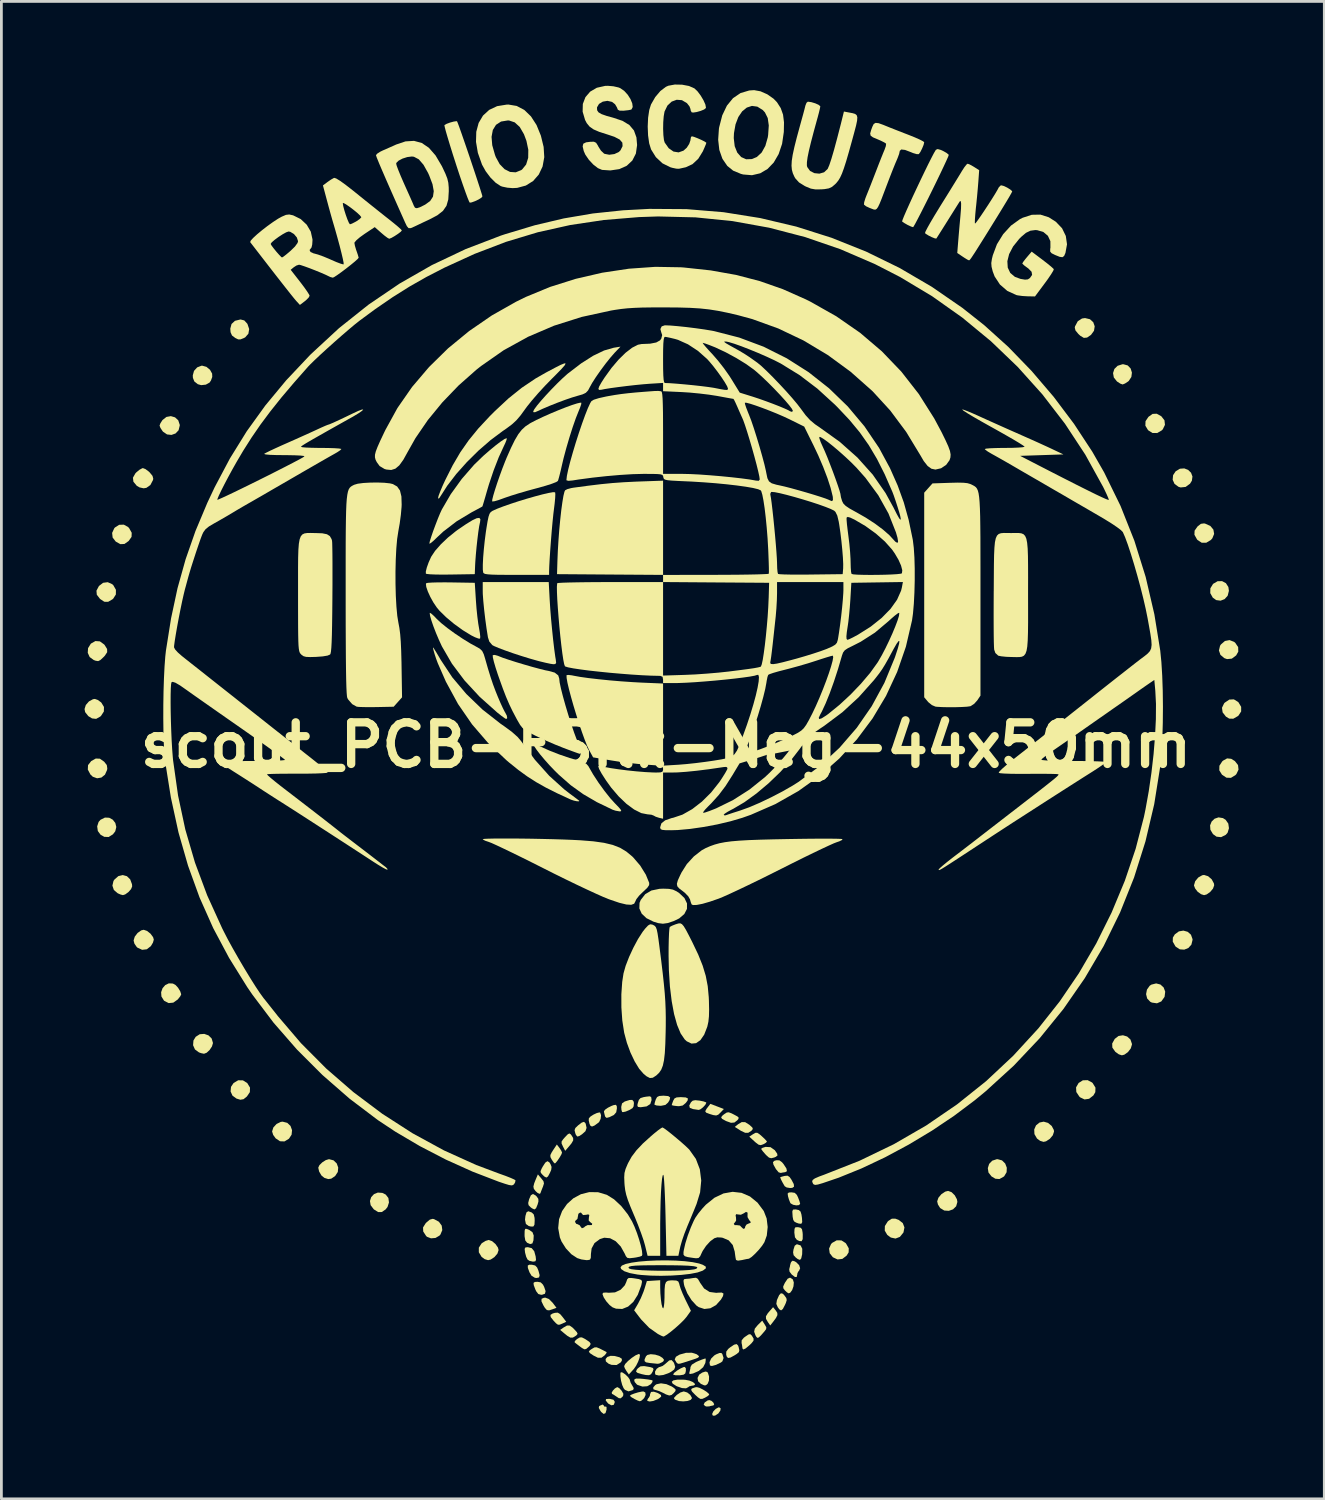
<source format=kicad_pcb>
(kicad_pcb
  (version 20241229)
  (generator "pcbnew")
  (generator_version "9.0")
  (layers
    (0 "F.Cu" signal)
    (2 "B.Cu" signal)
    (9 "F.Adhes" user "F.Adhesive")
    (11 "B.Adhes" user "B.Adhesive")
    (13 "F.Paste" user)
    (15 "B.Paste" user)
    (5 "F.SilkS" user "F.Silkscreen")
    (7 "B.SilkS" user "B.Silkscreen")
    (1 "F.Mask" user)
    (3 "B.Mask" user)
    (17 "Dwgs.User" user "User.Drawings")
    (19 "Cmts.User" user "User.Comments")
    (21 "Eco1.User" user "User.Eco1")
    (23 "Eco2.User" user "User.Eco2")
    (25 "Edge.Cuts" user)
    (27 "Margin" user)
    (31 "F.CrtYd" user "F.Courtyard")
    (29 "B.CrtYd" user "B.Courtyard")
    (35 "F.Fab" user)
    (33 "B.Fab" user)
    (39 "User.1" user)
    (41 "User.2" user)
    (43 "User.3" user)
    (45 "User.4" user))
  (footprint "scout_PCB-FSilk-Neg-44x50mm"
    (layer "F.Cu")
    (at 20.976 23.832)
    (property "Reference" "scout_PCB-FSilk-Neg-44x50mm" (at 0 0 0) (layer "F.SilkS") (effects (font (size 1.5 1.5) (thickness 0.3))))
    (attr board_only exclude_from_pos_files exclude_from_bom)
    (fp_poly (pts (xy -2.017 23.588) (xy -1.894 23.617) (xy -1.85 23.682) (xy -1.848 23.708) (xy -1.882 23.799) (xy -1.967 23.818) (xy -2.075 23.76) (xy -2.095 23.741) (xy -2.173 23.643) (xy -2.161 23.593) (xy -2.055 23.585)) (stroke (width 0) (type solid)) (fill yes) (layer "F.SilkS"))
    (fp_poly (pts (xy 1.972 23.925) (xy 1.964 24.006) (xy 1.896 24.104) (xy 1.883 24.117) (xy 1.772 24.19) (xy 1.692 24.192) (xy 1.666 24.133) (xy 1.706 24.041) (xy 1.797 23.947) (xy 1.897 23.893) (xy 1.917 23.891)) (stroke (width 0) (type solid)) (fill yes) (layer "F.SilkS"))
    (fp_poly (pts (xy -4.223 19.983) (xy -4.089 20.117) (xy -3.95 20.3) (xy -4.086 20.351) (xy -4.215 20.393) (xy -4.296 20.382) (xy -4.367 20.304) (xy -4.42 20.217) (xy -4.492 20.065) (xy -4.487 19.975) (xy -4.402 19.938) (xy -4.349 19.935)) (stroke (width 0) (type solid)) (fill yes) (layer "F.SilkS"))
    (fp_poly (pts (xy -1.861 22.038) (xy -1.678 22.084) (xy -1.591 22.14) (xy -1.592 22.212) (xy -1.637 22.274) (xy -1.781 22.365) (xy -1.963 22.359) (xy -2.069 22.318) (xy -2.167 22.237) (xy -2.178 22.15) (xy -2.118 22.075) (xy -2.001 22.033)) (stroke (width 0) (type solid)) (fill yes) (layer "F.SilkS"))
    (fp_poly (pts (xy 1.846 13.035) (xy 2.089 13.128) (xy 1.972 13.252) (xy 1.889 13.332) (xy 1.812 13.362) (xy 1.706 13.347) (xy 1.574 13.307) (xy 1.451 13.26) (xy 1.417 13.21) (xy 1.461 13.126) (xy 1.505 13.068) (xy 1.602 12.942)) (stroke (width 0) (type solid)) (fill yes) (layer "F.SilkS"))
    (fp_poly (pts (xy 3.962 20.398) (xy 4.017 20.483) (xy 4.021 20.565) (xy 3.967 20.671) (xy 3.861 20.813) (xy 3.763 20.937) (xy 3.677 20.815) (xy 3.61 20.7) (xy 3.607 20.607) (xy 3.672 20.5) (xy 3.73 20.432) (xy 3.865 20.278)) (stroke (width 0) (type solid)) (fill yes) (layer "F.SilkS"))
    (fp_poly (pts (xy -5.02 17.454) (xy -4.924 17.496) (xy -4.815 17.574) (xy -4.771 17.693) (xy -4.78 17.866) (xy -4.819 17.978) (xy -4.899 18.001) (xy -5.01 17.953) (xy -5.074 17.873) (xy -5.1 17.722) (xy -5.101 17.668) (xy -5.098 17.518) (xy -5.078 17.452)) (stroke (width 0) (type solid)) (fill yes) (layer "F.SilkS"))
    (fp_poly (pts (xy -4.832 18.747) (xy -4.719 18.774) (xy -4.648 18.847) (xy -4.598 18.969) (xy -4.557 19.125) (xy -4.578 19.205) (xy -4.667 19.225) (xy -4.728 19.218) (xy -4.848 19.146) (xy -4.923 19.021) (xy -4.982 18.862) (xy -4.985 18.775) (xy -4.926 18.745)) (stroke (width 0) (type solid)) (fill yes) (layer "F.SilkS"))
    (fp_poly (pts (xy -3.818 20.527) (xy -3.733 20.627) (xy -3.597 20.805) (xy -3.727 20.865) (xy -3.829 20.908) (xy -3.896 20.911) (xy -3.965 20.861) (xy -4.062 20.757) (xy -4.158 20.635) (xy -4.168 20.557) (xy -4.088 20.506) (xy -4.004 20.482) (xy -3.904 20.475)) (stroke (width 0) (type solid)) (fill yes) (layer "F.SilkS"))
    (fp_poly (pts (xy 1.997 21.931) (xy 2.034 21.97) (xy 2.079 22.111) (xy 2.037 22.231) (xy 1.981 22.275) (xy 1.793 22.363) (xy 1.656 22.4) (xy 1.588 22.382) (xy 1.571 22.266) (xy 1.629 22.134) (xy 1.744 22.019) (xy 1.806 21.982) (xy 1.93 21.931)) (stroke (width 0) (type solid)) (fill yes) (layer "F.SilkS"))
    (fp_poly (pts (xy 4.858 18.05) (xy 4.918 18.171) (xy 4.914 18.368) (xy 4.881 18.517) (xy 4.836 18.572) (xy 4.757 18.543) (xy 4.683 18.487) (xy 4.606 18.403) (xy 4.587 18.301) (xy 4.601 18.2) (xy 4.645 18.062) (xy 4.714 18.011) (xy 4.732 18.009)) (stroke (width 0) (type solid)) (fill yes) (layer "F.SilkS"))
    (fp_poly (pts (xy -20.087 2.62) (xy -19.957 2.691) (xy -19.866 2.808) (xy -19.83 2.954) (xy -19.867 3.108) (xy -19.951 3.218) (xy -20.106 3.315) (xy -20.263 3.309) (xy -20.398 3.233) (xy -20.497 3.098) (xy -20.52 2.931) (xy -20.468 2.771) (xy -20.401 2.694) (xy -20.24 2.614)) (stroke (width 0) (type solid)) (fill yes) (layer "F.SilkS"))
    (fp_poly (pts (xy -15.262 12.094) (xy -15.106 12.193) (xy -15.103 12.196) (xy -15.006 12.357) (xy -15.012 12.52) (xy -15.118 12.676) (xy -15.239 12.774) (xy -15.354 12.794) (xy -15.494 12.752) (xy -15.639 12.646) (xy -15.707 12.495) (xy -15.692 12.329) (xy -15.598 12.189) (xy -15.433 12.092)) (stroke (width 0) (type solid)) (fill yes) (layer "F.SilkS"))
    (fp_poly (pts (xy -4.852 16.858) (xy -4.837 16.866) (xy -4.769 16.933) (xy -4.74 17.056) (xy -4.736 17.152) (xy -4.744 17.301) (xy -4.783 17.367) (xy -4.874 17.368) (xy -4.953 17.349) (xy -5.053 17.275) (xy -5.085 17.122) (xy -5.07 16.987) (xy -5.031 16.856) (xy -4.967 16.817)) (stroke (width 0) (type solid)) (fill yes) (layer "F.SilkS"))
    (fp_poly (pts (xy -4.519 19.383) (xy -4.438 19.463) (xy -4.396 19.542) (xy -4.342 19.7) (xy -4.365 19.793) (xy -4.468 19.829) (xy -4.505 19.831) (xy -4.605 19.803) (xy -4.681 19.704) (xy -4.71 19.642) (xy -4.769 19.486) (xy -4.778 19.402) (xy -4.729 19.368) (xy -4.635 19.362)) (stroke (width 0) (type solid)) (fill yes) (layer "F.SilkS"))
    (fp_poly (pts (xy -3.44 14.038) (xy -3.409 14.076) (xy -3.348 14.175) (xy -3.347 14.263) (xy -3.411 14.372) (xy -3.485 14.462) (xy -3.635 14.637) (xy -3.718 14.477) (xy -3.765 14.373) (xy -3.764 14.299) (xy -3.705 14.214) (xy -3.644 14.146) (xy -3.545 14.043) (xy -3.486 14.01)) (stroke (width 0) (type solid)) (fill yes) (layer "F.SilkS"))
    (fp_poly (pts (xy -3.374 21.011) (xy -3.305 21.08) (xy -3.213 21.181) (xy -3.188 21.239) (xy -3.223 21.287) (xy -3.256 21.313) (xy -3.357 21.374) (xy -3.446 21.377) (xy -3.555 21.314) (xy -3.641 21.245) (xy -3.817 21.098) (xy -3.693 21.011) (xy -3.572 20.941) (xy -3.478 20.939)) (stroke (width 0) (type solid)) (fill yes) (layer "F.SilkS"))
    (fp_poly (pts (xy -2.239 23.827) (xy -2.238 23.842) (xy -2.206 23.872) (xy -2.182 23.862) (xy -2.144 23.875) (xy -2.143 23.972) (xy -2.181 24.1) (xy -2.248 24.129) (xy -2.337 24.058) (xy -2.366 24.016) (xy -2.423 23.913) (xy -2.414 23.855) (xy -2.387 23.833) (xy -2.283 23.79)) (stroke (width 0) (type solid)) (fill yes) (layer "F.SilkS"))
    (fp_poly (pts (xy -1.168 12.854) (xy -1.155 12.913) (xy -1.167 13.033) (xy -1.208 13.098) (xy -1.324 13.167) (xy -1.451 13.22) (xy -1.552 13.242) (xy -1.582 13.234) (xy -1.605 13.164) (xy -1.614 13.054) (xy -1.584 12.926) (xy -1.49 12.859) (xy -1.317 12.803) (xy -1.216 12.8)) (stroke (width 0) (type solid)) (fill yes) (layer "F.SilkS"))
    (fp_poly (pts (xy 0.716 22.478) (xy 0.719 22.576) (xy 0.697 22.668) (xy 0.637 22.713) (xy 0.51 22.733) (xy 0.481 22.735) (xy 0.347 22.735) (xy 0.268 22.714) (xy 0.26 22.701) (xy 0.301 22.643) (xy 0.401 22.565) (xy 0.524 22.49) (xy 0.633 22.441) (xy 0.673 22.433)) (stroke (width 0) (type solid)) (fill yes) (layer "F.SilkS"))
    (fp_poly (pts (xy 1.644 23.658) (xy 1.71 23.72) (xy 1.74 23.785) (xy 1.713 23.822) (xy 1.702 23.824) (xy 1.599 23.845) (xy 1.561 23.858) (xy 1.452 23.86) (xy 1.409 23.842) (xy 1.361 23.79) (xy 1.397 23.718) (xy 1.402 23.712) (xy 1.503 23.643) (xy 1.566 23.63)) (stroke (width 0) (type solid)) (fill yes) (layer "F.SilkS"))
    (fp_poly (pts (xy 2.858 13.603) (xy 3.002 13.693) (xy 3.022 13.709) (xy 3.115 13.794) (xy 3.135 13.849) (xy 3.091 13.905) (xy 3.077 13.918) (xy 2.97 13.986) (xy 2.856 13.986) (xy 2.706 13.915) (xy 2.661 13.887) (xy 2.484 13.774) (xy 2.601 13.679) (xy 2.735 13.6)) (stroke (width 0) (type solid)) (fill yes) (layer "F.SilkS"))
    (fp_poly (pts (xy 3.562 20.901) (xy 3.62 21.002) (xy 3.614 21.071) (xy 3.556 21.148) (xy 3.428 21.295) (xy 3.348 21.371) (xy 3.298 21.385) (xy 3.258 21.344) (xy 3.229 21.292) (xy 3.182 21.163) (xy 3.206 21.052) (xy 3.31 20.925) (xy 3.326 20.909) (xy 3.473 20.764)) (stroke (width 0) (type solid)) (fill yes) (layer "F.SilkS"))
    (fp_poly (pts (xy 4.776 17.394) (xy 4.863 17.414) (xy 4.908 17.467) (xy 4.929 17.582) (xy 4.935 17.658) (xy 4.933 17.824) (xy 4.894 17.898) (xy 4.807 17.891) (xy 4.723 17.849) (xy 4.654 17.758) (xy 4.632 17.587) (xy 4.638 17.454) (xy 4.668 17.397) (xy 4.744 17.391)) (stroke (width 0) (type solid)) (fill yes) (layer "F.SilkS"))
    (fp_poly (pts (xy 6.329 17.868) (xy 6.48 17.963) (xy 6.502 17.99) (xy 6.595 18.154) (xy 6.591 18.3) (xy 6.519 18.417) (xy 6.364 18.536) (xy 6.192 18.556) (xy 6.022 18.477) (xy 5.908 18.331) (xy 5.885 18.164) (xy 5.955 18.003) (xy 5.995 17.959) (xy 6.159 17.866)) (stroke (width 0) (type solid)) (fill yes) (layer "F.SilkS"))
    (fp_poly (pts (xy 15.372 12.171) (xy 15.397 12.196) (xy 15.496 12.358) (xy 15.49 12.521) (xy 15.42 12.64) (xy 15.266 12.76) (xy 15.101 12.783) (xy 14.942 12.707) (xy 14.915 12.681) (xy 14.805 12.516) (xy 14.796 12.348) (xy 14.888 12.189) (xy 15.04 12.093) (xy 15.212 12.087)) (stroke (width 0) (type solid)) (fill yes) (layer "F.SilkS"))
    (fp_poly (pts (xy 18.839 -9.929) (xy 18.944 -9.827) (xy 18.995 -9.691) (xy 18.974 -9.539) (xy 18.907 -9.431) (xy 18.749 -9.315) (xy 18.57 -9.296) (xy 18.494 -9.318) (xy 18.349 -9.423) (xy 18.281 -9.573) (xy 18.296 -9.739) (xy 18.39 -9.88) (xy 18.544 -9.972) (xy 18.7 -9.983)) (stroke (width 0) (type solid)) (fill yes) (layer "F.SilkS"))
    (fp_poly (pts (xy 20.094 2.633) (xy 20.192 2.694) (xy 20.288 2.831) (xy 20.312 2.999) (xy 20.263 3.16) (xy 20.197 3.236) (xy 20.028 3.321) (xy 19.863 3.303) (xy 19.736 3.211) (xy 19.642 3.054) (xy 19.631 2.896) (xy 19.687 2.757) (xy 19.794 2.655) (xy 19.935 2.607)) (stroke (width 0) (type solid)) (fill yes) (layer "F.SilkS"))
    (fp_poly (pts (xy 20.202 -5.843) (xy 20.291 -5.703) (xy 20.31 -5.565) (xy 20.265 -5.389) (xy 20.155 -5.267) (xy 20.009 -5.211) (xy 19.852 -5.232) (xy 19.729 -5.319) (xy 19.637 -5.483) (xy 19.641 -5.658) (xy 19.738 -5.816) (xy 19.743 -5.82) (xy 19.902 -5.913) (xy 20.064 -5.916)) (stroke (width 0) (type solid)) (fill yes) (layer "F.SilkS"))
    (fp_poly (pts (xy 20.498 -3.725) (xy 20.539 -3.69) (xy 20.644 -3.536) (xy 20.648 -3.372) (xy 20.572 -3.237) (xy 20.416 -3.12) (xy 20.244 -3.103) (xy 20.144 -3.138) (xy 20.004 -3.257) (xy 19.95 -3.414) (xy 19.99 -3.582) (xy 20.021 -3.631) (xy 20.167 -3.757) (xy 20.333 -3.789)) (stroke (width 0) (type solid)) (fill yes) (layer "F.SilkS"))
    (fp_poly (pts (xy -13.661 13.628) (xy -13.545 13.739) (xy -13.49 13.891) (xy -13.506 14.055) (xy -13.601 14.2) (xy -13.762 14.298) (xy -13.925 14.292) (xy -14.082 14.186) (xy -14.17 14.063) (xy -14.209 13.94) (xy -14.209 13.935) (xy -14.163 13.792) (xy -14.048 13.668) (xy -13.898 13.594) (xy -13.829 13.585)) (stroke (width 0) (type solid)) (fill yes) (layer "F.SilkS"))
    (fp_poly (pts (xy -10.232 16.155) (xy -10.109 16.216) (xy -10.014 16.339) (xy -9.993 16.5) (xy -10.045 16.663) (xy -10.114 16.751) (xy -10.251 16.845) (xy -10.382 16.847) (xy -10.53 16.755) (xy -10.544 16.744) (xy -10.654 16.598) (xy -10.679 16.447) (xy -10.634 16.308) (xy -10.534 16.2) (xy -10.395 16.143)) (stroke (width 0) (type solid)) (fill yes) (layer "F.SilkS"))
    (fp_poly (pts (xy -4.701 16.248) (xy -4.661 16.288) (xy -4.604 16.372) (xy -4.601 16.467) (xy -4.631 16.574) (xy -4.687 16.71) (xy -4.747 16.752) (xy -4.836 16.709) (xy -4.887 16.669) (xy -4.956 16.598) (xy -4.97 16.519) (xy -4.938 16.389) (xy -4.936 16.382) (xy -4.872 16.238) (xy -4.797 16.194)) (stroke (width 0) (type solid)) (fill yes) (layer "F.SilkS"))
    (fp_poly (pts (xy -4.208 15.051) (xy -4.166 15.116) (xy -4.127 15.218) (xy -4.139 15.321) (xy -4.185 15.43) (xy -4.256 15.561) (xy -4.315 15.602) (xy -4.391 15.561) (xy -4.449 15.505) (xy -4.512 15.435) (xy -4.525 15.374) (xy -4.487 15.283) (xy -4.449 15.212) (xy -4.354 15.064) (xy -4.277 15.011)) (stroke (width 0) (type solid)) (fill yes) (layer "F.SilkS"))
    (fp_poly (pts (xy -2.909 13.634) (xy -2.894 13.667) (xy -2.864 13.81) (xy -2.904 13.928) (xy -3.028 14.04) (xy -3.131 14.105) (xy -3.199 14.122) (xy -3.248 14.061) (xy -3.271 14.002) (xy -3.297 13.894) (xy -3.269 13.814) (xy -3.171 13.72) (xy -3.168 13.717) (xy -3.038 13.618) (xy -2.958 13.591)) (stroke (width 0) (type solid)) (fill yes) (layer "F.SilkS"))
    (fp_poly (pts (xy -2.374 13.259) (xy -2.341 13.353) (xy -2.356 13.482) (xy -2.409 13.595) (xy -2.433 13.619) (xy -2.578 13.725) (xy -2.668 13.761) (xy -2.724 13.733) (xy -2.758 13.665) (xy -2.786 13.542) (xy -2.781 13.464) (xy -2.722 13.399) (xy -2.614 13.33) (xy -2.494 13.274) (xy -2.4 13.251)) (stroke (width 0) (type solid)) (fill yes) (layer "F.SilkS"))
    (fp_poly (pts (xy -1.773 13.029) (xy -1.77 13.107) (xy -1.794 13.246) (xy -1.88 13.345) (xy -2.039 13.422) (xy -2.141 13.449) (xy -2.189 13.41) (xy -2.206 13.36) (xy -2.231 13.254) (xy -2.237 13.209) (xy -2.195 13.152) (xy -2.091 13.08) (xy -1.958 13.014) (xy -1.887 12.988) (xy -1.804 12.977)) (stroke (width 0) (type solid)) (fill yes) (layer "F.SilkS"))
    (fp_poly (pts (xy -0.937 22.855) (xy -0.829 22.864) (xy -0.657 22.884) (xy -0.53 22.906) (xy -0.482 22.923) (xy -0.49 22.978) (xy -0.544 23.055) (xy -0.676 23.131) (xy -0.848 23.142) (xy -1.018 23.086) (xy -1.048 23.068) (xy -1.126 22.98) (xy -1.145 22.917) (xy -1.129 22.873) (xy -1.067 22.853)) (stroke (width 0) (type solid)) (fill yes) (layer "F.SilkS"))
    (fp_poly (pts (xy -0.534 12.694) (xy -0.521 12.776) (xy -0.52 12.809) (xy -0.565 12.948) (xy -0.697 13.034) (xy -0.912 13.064) (xy -0.92 13.064) (xy -1.012 13.052) (xy -1.032 12.995) (xy -1.017 12.921) (xy -0.978 12.8) (xy -0.918 12.734) (xy -0.804 12.699) (xy -0.716 12.684) (xy -0.589 12.67)) (stroke (width 0) (type solid)) (fill yes) (layer "F.SilkS"))
    (fp_poly (pts (xy -0.289 23.378) (xy -0.181 23.444) (xy -0.172 23.505) (xy -0.262 23.577) (xy -0.31 23.603) (xy -0.457 23.661) (xy -0.585 23.681) (xy -0.665 23.661) (xy -0.677 23.633) (xy -0.639 23.563) (xy -0.625 23.552) (xy -0.581 23.479) (xy -0.573 23.419) (xy -0.539 23.336) (xy -0.435 23.327)) (stroke (width 0) (type solid)) (fill yes) (layer "F.SilkS"))
    (fp_poly (pts (xy 1.215 12.826) (xy 1.357 12.855) (xy 1.444 12.887) (xy 1.457 12.902) (xy 1.42 12.977) (xy 1.335 13.069) (xy 1.24 13.141) (xy 1.182 13.161) (xy 1.086 13.147) (xy 0.976 13.131) (xy 0.861 13.087) (xy 0.841 13.002) (xy 0.902 12.885) (xy 0.965 12.828) (xy 1.058 12.81)) (stroke (width 0) (type solid)) (fill yes) (layer "F.SilkS"))
    (fp_poly (pts (xy 1.487 22.614) (xy 1.513 22.646) (xy 1.555 22.777) (xy 1.551 22.928) (xy 1.504 23.042) (xy 1.499 23.047) (xy 1.44 23.096) (xy 1.379 23.097) (xy 1.27 23.05) (xy 1.262 23.046) (xy 1.16 22.952) (xy 1.14 22.831) (xy 1.199 22.712) (xy 1.306 22.639) (xy 1.423 22.6)) (stroke (width 0) (type solid)) (fill yes) (layer "F.SilkS"))
    (fp_poly (pts (xy 2.602 21.661) (xy 2.622 21.718) (xy 2.647 21.831) (xy 2.631 21.901) (xy 2.554 21.965) (xy 2.479 22.013) (xy 2.329 22.095) (xy 2.24 22.111) (xy 2.192 22.059) (xy 2.173 21.988) (xy 2.176 21.881) (xy 2.246 21.785) (xy 2.315 21.728) (xy 2.459 21.631) (xy 2.549 21.609)) (stroke (width 0) (type solid)) (fill yes) (layer "F.SilkS"))
    (fp_poly (pts (xy 3.378 14.041) (xy 3.459 14.111) (xy 3.568 14.213) (xy 3.634 14.287) (xy 3.643 14.306) (xy 3.601 14.35) (xy 3.509 14.402) (xy 3.419 14.432) (xy 3.341 14.415) (xy 3.239 14.338) (xy 3.191 14.295) (xy 3.006 14.126) (xy 3.141 14.037) (xy 3.227 13.988) (xy 3.294 13.986)) (stroke (width 0) (type solid)) (fill yes) (layer "F.SilkS"))
    (fp_poly (pts (xy 4.218 19.794) (xy 4.28 19.861) (xy 4.343 19.95) (xy 4.357 20.023) (xy 4.325 20.126) (xy 4.293 20.198) (xy 4.217 20.343) (xy 4.154 20.394) (xy 4.088 20.354) (xy 4.034 20.28) (xy 3.982 20.159) (xy 4.002 20.029) (xy 4.009 20.009) (xy 4.083 19.844) (xy 4.148 19.775)) (stroke (width 0) (type solid)) (fill yes) (layer "F.SilkS"))
    (fp_poly (pts (xy 4.461 15.582) (xy 4.528 15.679) (xy 4.611 15.836) (xy 4.621 15.93) (xy 4.557 15.973) (xy 4.479 15.979) (xy 4.355 15.959) (xy 4.284 15.914) (xy 4.214 15.794) (xy 4.154 15.678) (xy 4.124 15.601) (xy 4.124 15.588) (xy 4.179 15.57) (xy 4.281 15.543) (xy 4.385 15.533)) (stroke (width 0) (type solid)) (fill yes) (layer "F.SilkS"))
    (fp_poly (pts (xy 4.566 19.267) (xy 4.58 19.284) (xy 4.613 19.387) (xy 4.601 19.525) (xy 4.553 19.661) (xy 4.482 19.756) (xy 4.426 19.779) (xy 4.367 19.744) (xy 4.294 19.675) (xy 4.237 19.601) (xy 4.229 19.535) (xy 4.273 19.435) (xy 4.298 19.388) (xy 4.391 19.251) (xy 4.477 19.212)) (stroke (width 0) (type solid)) (fill yes) (layer "F.SilkS"))
    (fp_poly (pts (xy 8.398 17.13) (xy 8.544 17.244) (xy 8.604 17.401) (xy 8.57 17.577) (xy 8.564 17.589) (xy 8.439 17.742) (xy 8.282 17.802) (xy 8.112 17.765) (xy 7.986 17.672) (xy 7.894 17.517) (xy 7.898 17.35) (xy 7.998 17.19) (xy 8.027 17.163) (xy 8.148 17.086) (xy 8.274 17.084)) (stroke (width 0) (type solid)) (fill yes) (layer "F.SilkS"))
    (fp_poly (pts (xy 12.124 14.982) (xy 12.239 15.095) (xy 12.297 15.246) (xy 12.29 15.408) (xy 12.206 15.55) (xy 12.182 15.571) (xy 12.031 15.655) (xy 11.883 15.643) (xy 11.744 15.559) (xy 11.636 15.42) (xy 11.612 15.261) (xy 11.66 15.109) (xy 11.771 14.993) (xy 11.936 14.939) (xy 11.963 14.938)) (stroke (width 0) (type solid)) (fill yes) (layer "F.SilkS"))
    (fp_poly (pts (xy 13.783 13.629) (xy 13.916 13.739) (xy 13.993 13.883) (xy 14.001 13.942) (xy 13.957 14.076) (xy 13.849 14.205) (xy 13.712 14.294) (xy 13.622 14.314) (xy 13.499 14.277) (xy 13.386 14.193) (xy 13.294 14.034) (xy 13.286 13.867) (xy 13.351 13.719) (xy 13.478 13.616) (xy 13.628 13.585)) (stroke (width 0) (type solid)) (fill yes) (layer "F.SilkS"))
    (fp_poly (pts (xy 17.839 8.637) (xy 17.955 8.743) (xy 18.012 8.894) (xy 17.991 9.071) (xy 17.984 9.089) (xy 17.871 9.247) (xy 17.715 9.315) (xy 17.533 9.289) (xy 17.472 9.259) (xy 17.361 9.142) (xy 17.322 8.985) (xy 17.353 8.821) (xy 17.451 8.683) (xy 17.513 8.641) (xy 17.685 8.597)) (stroke (width 0) (type solid)) (fill yes) (layer "F.SilkS"))
    (fp_poly (pts (xy 17.872 -11.864) (xy 17.872 -11.863) (xy 17.985 -11.719) (xy 18.003 -11.555) (xy 17.925 -11.394) (xy 17.889 -11.356) (xy 17.723 -11.259) (xy 17.552 -11.261) (xy 17.396 -11.36) (xy 17.393 -11.363) (xy 17.296 -11.524) (xy 17.302 -11.687) (xy 17.408 -11.844) (xy 17.558 -11.95) (xy 17.706 -11.956)) (stroke (width 0) (type solid)) (fill yes) (layer "F.SilkS"))
    (fp_poly (pts (xy 18.822 6.735) (xy 18.941 6.84) (xy 18.997 6.998) (xy 18.998 7.028) (xy 18.956 7.199) (xy 18.847 7.319) (xy 18.699 7.379) (xy 18.54 7.368) (xy 18.397 7.277) (xy 18.377 7.254) (xy 18.284 7.09) (xy 18.288 6.944) (xy 18.36 6.826) (xy 18.505 6.72) (xy 18.668 6.692)) (stroke (width 0) (type solid)) (fill yes) (layer "F.SilkS"))
    (fp_poly (pts (xy 20.393 0.494) (xy 20.526 0.576) (xy 20.639 0.72) (xy 20.657 0.885) (xy 20.58 1.045) (xy 20.543 1.084) (xy 20.383 1.181) (xy 20.22 1.175) (xy 20.058 1.065) (xy 20.058 1.064) (xy 19.963 0.909) (xy 19.967 0.744) (xy 20.069 0.587) (xy 20.099 0.56) (xy 20.245 0.479)) (stroke (width 0) (type solid)) (fill yes) (layer "F.SilkS"))
    (fp_poly (pts (xy 20.642 -1.557) (xy 20.654 -1.545) (xy 20.752 -1.381) (xy 20.752 -1.215) (xy 20.656 -1.066) (xy 20.63 -1.045) (xy 20.467 -0.952) (xy 20.321 -0.956) (xy 20.203 -1.028) (xy 20.083 -1.182) (xy 20.06 -1.347) (xy 20.136 -1.505) (xy 20.162 -1.533) (xy 20.325 -1.643) (xy 20.489 -1.651)) (stroke (width 0) (type solid)) (fill yes) (layer "F.SilkS"))
    (fp_poly (pts (xy -20.5 -1.63) (xy -20.382 -1.545) (xy -20.37 -1.533) (xy -20.275 -1.377) (xy -20.279 -1.212) (xy -20.381 -1.055) (xy -20.411 -1.028) (xy -20.557 -0.947) (xy -20.705 -0.963) (xy -20.839 -1.045) (xy -20.954 -1.19) (xy -20.976 -1.301) (xy -20.93 -1.447) (xy -20.817 -1.577) (xy -20.671 -1.656) (xy -20.602 -1.666)) (stroke (width 0) (type solid)) (fill yes) (layer "F.SilkS"))
    (fp_poly (pts (xy -20.422 0.49) (xy -20.271 0.596) (xy -20.265 0.602) (xy -20.173 0.72) (xy -20.155 0.839) (xy -20.163 0.896) (xy -20.239 1.067) (xy -20.368 1.17) (xy -20.523 1.197) (xy -20.678 1.141) (xy -20.764 1.06) (xy -20.858 0.883) (xy -20.85 0.722) (xy -20.74 0.581) (xy -20.735 0.576) (xy -20.57 0.484)) (stroke (width 0) (type solid)) (fill yes) (layer "F.SilkS"))
    (fp_poly (pts (xy -19.979 -5.807) (xy -19.937 -5.768) (xy -19.844 -5.604) (xy -19.846 -5.434) (xy -19.941 -5.284) (xy -19.968 -5.261) (xy -20.124 -5.17) (xy -20.263 -5.172) (xy -20.411 -5.27) (xy -20.422 -5.281) (xy -20.534 -5.426) (xy -20.546 -5.571) (xy -20.46 -5.734) (xy -20.452 -5.744) (xy -20.307 -5.856) (xy -20.14 -5.878)) (stroke (width 0) (type solid)) (fill yes) (layer "F.SilkS"))
    (fp_poly (pts (xy -19.447 4.729) (xy -19.329 4.843) (xy -19.264 5.019) (xy -19.258 5.099) (xy -19.298 5.195) (xy -19.394 5.303) (xy -19.509 5.386) (xy -19.591 5.412) (xy -19.677 5.39) (xy -19.778 5.346) (xy -19.918 5.227) (xy -19.971 5.07) (xy -19.932 4.902) (xy -19.9 4.853) (xy -19.756 4.726) (xy -19.597 4.688)) (stroke (width 0) (type solid)) (fill yes) (layer "F.SilkS"))
    (fp_poly (pts (xy -19.405 -7.869) (xy -19.366 -7.826) (xy -19.274 -7.661) (xy -19.28 -7.512) (xy -19.386 -7.363) (xy -19.386 -7.363) (xy -19.536 -7.257) (xy -19.684 -7.25) (xy -19.85 -7.343) (xy -19.85 -7.343) (xy -19.962 -7.487) (xy -19.981 -7.656) (xy -19.904 -7.822) (xy -19.881 -7.85) (xy -19.728 -7.948) (xy -19.559 -7.954)) (stroke (width 0) (type solid)) (fill yes) (layer "F.SilkS"))
    (fp_poly (pts (xy -16.578 -13.647) (xy -16.45 -13.541) (xy -16.373 -13.403) (xy -16.368 -13.283) (xy -16.415 -13.155) (xy -16.464 -13.081) (xy -16.6 -13.005) (xy -16.768 -12.987) (xy -16.89 -13.021) (xy -17.015 -13.12) (xy -17.066 -13.249) (xy -17.071 -13.338) (xy -17.027 -13.501) (xy -16.912 -13.628) (xy -16.757 -13.688) (xy -16.731 -13.689)) (stroke (width 0) (type solid)) (fill yes) (layer "F.SilkS"))
    (fp_poly (pts (xy -16.504 10.472) (xy -16.39 10.585) (xy -16.343 10.745) (xy -16.343 10.751) (xy -16.379 10.872) (xy -16.464 11) (xy -16.571 11.099) (xy -16.666 11.135) (xy -16.767 11.114) (xy -16.848 11.086) (xy -16.992 10.98) (xy -17.06 10.827) (xy -17.047 10.657) (xy -16.966 10.524) (xy -16.821 10.431) (xy -16.658 10.418)) (stroke (width 0) (type solid)) (fill yes) (layer "F.SilkS"))
    (fp_poly (pts (xy -8.367 17.101) (xy -8.192 17.195) (xy -8.09 17.335) (xy -8.069 17.497) (xy -8.136 17.656) (xy -8.172 17.697) (xy -8.314 17.78) (xy -8.477 17.794) (xy -8.62 17.739) (xy -8.652 17.71) (xy -8.757 17.548) (xy -8.764 17.402) (xy -8.672 17.254) (xy -8.644 17.224) (xy -8.52 17.12) (xy -8.419 17.091)) (stroke (width 0) (type solid)) (fill yes) (layer "F.SilkS"))
    (fp_poly (pts (xy -4.844 18.148) (xy -4.752 18.26) (xy -4.701 18.447) (xy -4.688 18.57) (xy -4.713 18.623) (xy -4.794 18.634) (xy -4.801 18.634) (xy -4.926 18.606) (xy -4.993 18.56) (xy -5.042 18.461) (xy -5.081 18.316) (xy -5.084 18.3) (xy -5.098 18.176) (xy -5.072 18.124) (xy -4.991 18.113) (xy -4.984 18.113)) (stroke (width 0) (type solid)) (fill yes) (layer "F.SilkS"))
    (fp_poly (pts (xy -4.497 15.632) (xy -4.419 15.733) (xy -4.401 15.815) (xy -4.437 15.929) (xy -4.451 15.962) (xy -4.5 16.086) (xy -4.527 16.161) (xy -4.528 16.168) (xy -4.56 16.189) (xy -4.635 16.153) (xy -4.702 16.092) (xy -4.766 16.008) (xy -4.782 15.926) (xy -4.753 15.808) (xy -4.705 15.687) (xy -4.621 15.487)) (stroke (width 0) (type solid)) (fill yes) (layer "F.SilkS"))
    (fp_poly (pts (xy -3.843 14.531) (xy -3.775 14.634) (xy -3.749 14.701) (xy -3.774 14.769) (xy -3.837 14.878) (xy -3.914 14.992) (xy -3.981 15.074) (xy -4.009 15.094) (xy -4.052 15.055) (xy -4.118 14.959) (xy -4.12 14.955) (xy -4.168 14.864) (xy -4.17 14.789) (xy -4.121 14.69) (xy -4.071 14.612) (xy -3.936 14.409)) (stroke (width 0) (type solid)) (fill yes) (layer "F.SilkS"))
    (fp_poly (pts (xy -2.394 21.768) (xy -2.349 21.791) (xy -2.226 21.854) (xy -2.148 21.894) (xy -2.139 21.899) (xy -2.153 21.942) (xy -2.212 22.016) (xy -2.326 22.101) (xy -2.454 22.102) (xy -2.616 22.021) (xy -2.74 21.938) (xy -2.782 21.884) (xy -2.749 21.835) (xy -2.676 21.785) (xy -2.581 21.73) (xy -2.503 21.725)) (stroke (width 0) (type solid)) (fill yes) (layer "F.SilkS"))
    (fp_poly (pts (xy -1.68 23.203) (xy -1.596 23.296) (xy -1.596 23.296) (xy -1.536 23.403) (xy -1.546 23.479) (xy -1.564 23.503) (xy -1.633 23.566) (xy -1.703 23.559) (xy -1.79 23.5) (xy -1.892 23.433) (xy -1.946 23.406) (xy -1.958 23.362) (xy -1.914 23.286) (xy -1.842 23.21) (xy -1.766 23.166) (xy -1.749 23.164)) (stroke (width 0) (type solid)) (fill yes) (layer "F.SilkS"))
    (fp_poly (pts (xy -0.938 22.005) (xy -0.954 22.107) (xy -1.003 22.243) (xy -1.074 22.386) (xy -1.158 22.507) (xy -1.171 22.522) (xy -1.339 22.705) (xy -1.424 22.584) (xy -1.487 22.476) (xy -1.509 22.405) (xy -1.469 22.325) (xy -1.367 22.218) (xy -1.233 22.107) (xy -1.096 22.015) (xy -0.985 21.967) (xy -0.964 21.965)) (stroke (width 0) (type solid)) (fill yes) (layer "F.SilkS"))
    (fp_poly (pts (xy -0.745 23.355) (xy -0.734 23.443) (xy -0.782 23.549) (xy -0.824 23.596) (xy -0.892 23.655) (xy -0.945 23.672) (xy -1.022 23.646) (xy -1.132 23.592) (xy -1.243 23.528) (xy -1.299 23.479) (xy -1.301 23.473) (xy -1.256 23.438) (xy -1.146 23.394) (xy -1.007 23.352) (xy -0.875 23.324) (xy -0.814 23.318)) (stroke (width 0) (type solid)) (fill yes) (layer "F.SilkS"))
    (fp_poly (pts (xy -0.733 22.411) (xy -0.56 22.441) (xy -0.472 22.471) (xy -0.449 22.514) (xy -0.473 22.586) (xy -0.485 22.612) (xy -0.537 22.696) (xy -0.609 22.732) (xy -0.729 22.725) (xy -0.874 22.694) (xy -1.023 22.65) (xy -1.079 22.602) (xy -1.054 22.532) (xy -1.015 22.485) (xy -0.919 22.413) (xy -0.791 22.403)) (stroke (width 0) (type solid)) (fill yes) (layer "F.SilkS"))
    (fp_poly (pts (xy 0.083 12.662) (xy 0.151 12.711) (xy 0.131 12.806) (xy 0.075 12.897) (xy -0.02 12.981) (xy -0.168 13.011) (xy -0.211 13.012) (xy -0.34 13.001) (xy -0.412 12.974) (xy -0.416 12.964) (xy -0.399 12.882) (xy -0.366 12.781) (xy -0.32 12.697) (xy -0.243 12.658) (xy -0.102 12.648) (xy -0.079 12.648)) (stroke (width 0) (type solid)) (fill yes) (layer "F.SilkS"))
    (fp_poly (pts (xy 0.715 12.711) (xy 0.793 12.749) (xy 0.781 12.822) (xy 0.713 12.912) (xy 0.604 13.002) (xy 0.471 13.027) (xy 0.403 13.023) (xy 0.278 13.008) (xy 0.211 12.99) (xy 0.208 12.987) (xy 0.225 12.929) (xy 0.259 12.834) (xy 0.306 12.749) (xy 0.383 12.71) (xy 0.526 12.7) (xy 0.542 12.7)) (stroke (width 0) (type solid)) (fill yes) (layer "F.SilkS"))
    (fp_poly (pts (xy 0.767 23.355) (xy 0.877 23.442) (xy 0.935 23.545) (xy 0.937 23.563) (xy 0.891 23.623) (xy 0.776 23.662) (xy 0.624 23.677) (xy 0.47 23.665) (xy 0.348 23.624) (xy 0.292 23.582) (xy 0.302 23.534) (xy 0.383 23.451) (xy 0.39 23.444) (xy 0.516 23.358) (xy 0.638 23.318) (xy 0.645 23.318)) (stroke (width 0) (type solid)) (fill yes) (layer "F.SilkS"))
    (fp_poly (pts (xy 2.365 13.284) (xy 2.45 13.327) (xy 2.578 13.396) (xy 2.626 13.443) (xy 2.609 13.494) (xy 2.573 13.536) (xy 2.469 13.616) (xy 2.346 13.626) (xy 2.178 13.566) (xy 2.147 13.551) (xy 2.022 13.481) (xy 1.991 13.424) (xy 2.048 13.356) (xy 2.109 13.31) (xy 2.192 13.256) (xy 2.264 13.247)) (stroke (width 0) (type solid)) (fill yes) (layer "F.SilkS"))
    (fp_poly (pts (xy 3.772 14.505) (xy 3.926 14.613) (xy 4.012 14.738) (xy 4.024 14.806) (xy 3.958 14.857) (xy 3.903 14.879) (xy 3.797 14.904) (xy 3.716 14.881) (xy 3.618 14.794) (xy 3.592 14.766) (xy 3.497 14.657) (xy 3.441 14.58) (xy 3.435 14.565) (xy 3.48 14.531) (xy 3.589 14.496) (xy 3.595 14.495)) (stroke (width 0) (type solid)) (fill yes) (layer "F.SilkS"))
    (fp_poly (pts (xy 4.091 14.98) (xy 4.188 15.05) (xy 4.245 15.119) (xy 4.346 15.275) (xy 4.365 15.372) (xy 4.303 15.406) (xy 4.298 15.407) (xy 4.182 15.425) (xy 4.148 15.436) (xy 4.067 15.414) (xy 3.97 15.299) (xy 3.962 15.286) (xy 3.878 15.135) (xy 3.861 15.045) (xy 3.912 14.997) (xy 3.984 14.977)) (stroke (width 0) (type solid)) (fill yes) (layer "F.SilkS"))
    (fp_poly (pts (xy 4.647 16.153) (xy 4.721 16.225) (xy 4.765 16.316) (xy 4.815 16.448) (xy 4.84 16.541) (xy 4.841 16.55) (xy 4.799 16.595) (xy 4.702 16.605) (xy 4.59 16.584) (xy 4.503 16.536) (xy 4.485 16.513) (xy 4.437 16.392) (xy 4.404 16.278) (xy 4.39 16.179) (xy 4.433 16.141) (xy 4.53 16.135)) (stroke (width 0) (type solid)) (fill yes) (layer "F.SilkS"))
    (fp_poly (pts (xy 4.684 16.751) (xy 4.794 16.775) (xy 4.856 16.828) (xy 4.889 16.937) (xy 4.907 17.059) (xy 4.916 17.208) (xy 4.882 17.27) (xy 4.787 17.26) (xy 4.697 17.227) (xy 4.632 17.19) (xy 4.593 17.129) (xy 4.571 17.017) (xy 4.559 16.828) (xy 4.559 16.825) (xy 4.583 16.758) (xy 4.678 16.751)) (stroke (width 0) (type solid)) (fill yes) (layer "F.SilkS"))
    (fp_poly (pts (xy 10.303 16.128) (xy 10.419 16.241) (xy 10.497 16.385) (xy 10.514 16.481) (xy 10.47 16.637) (xy 10.357 16.748) (xy 10.205 16.802) (xy 10.041 16.791) (xy 9.897 16.704) (xy 9.891 16.698) (xy 9.813 16.574) (xy 9.785 16.461) (xy 9.829 16.33) (xy 9.938 16.201) (xy 10.076 16.109) (xy 10.179 16.083)) (stroke (width 0) (type solid)) (fill yes) (layer "F.SilkS"))
    (fp_poly (pts (xy 15.297 -15.365) (xy 15.416 -15.257) (xy 15.468 -15.11) (xy 15.443 -14.949) (xy 15.334 -14.799) (xy 15.332 -14.798) (xy 15.193 -14.703) (xy 15.076 -14.692) (xy 14.949 -14.768) (xy 14.878 -14.834) (xy 14.776 -14.957) (xy 14.749 -15.059) (xy 14.758 -15.107) (xy 14.857 -15.292) (xy 15.009 -15.391) (xy 15.12 -15.407)) (stroke (width 0) (type solid)) (fill yes) (layer "F.SilkS"))
    (fp_poly (pts (xy 19.456 -7.99) (xy 19.641 -7.906) (xy 19.75 -7.775) (xy 19.777 -7.62) (xy 19.713 -7.462) (xy 19.658 -7.4) (xy 19.494 -7.302) (xy 19.328 -7.302) (xy 19.179 -7.399) (xy 19.158 -7.424) (xy 19.066 -7.589) (xy 19.072 -7.737) (xy 19.178 -7.888) (xy 19.183 -7.893) (xy 19.3 -7.984) (xy 19.413 -7.999)) (stroke (width 0) (type solid)) (fill yes) (layer "F.SilkS"))
    (fp_poly (pts (xy -20.422 -3.743) (xy -20.269 -3.632) (xy -20.246 -3.604) (xy -20.162 -3.468) (xy -20.159 -3.353) (xy -20.241 -3.228) (xy -20.295 -3.171) (xy -20.406 -3.068) (xy -20.486 -3.03) (xy -20.578 -3.045) (xy -20.647 -3.071) (xy -20.791 -3.177) (xy -20.86 -3.33) (xy -20.849 -3.499) (xy -20.752 -3.655) (xy -20.742 -3.665) (xy -20.584 -3.754)) (stroke (width 0) (type solid)) (fill yes) (layer "F.SilkS"))
    (fp_poly (pts (xy -18.72 6.704) (xy -18.595 6.804) (xy -18.503 6.928) (xy -18.477 7.017) (xy -18.508 7.126) (xy -18.583 7.251) (xy -18.585 7.254) (xy -18.73 7.366) (xy -18.898 7.385) (xy -19.065 7.308) (xy -19.092 7.285) (xy -19.176 7.164) (xy -19.206 7.048) (xy -19.164 6.91) (xy -19.062 6.777) (xy -18.931 6.684) (xy -18.842 6.662)) (stroke (width 0) (type solid)) (fill yes) (layer "F.SilkS"))
    (fp_poly (pts (xy -11.992 14.981) (xy -11.878 15.091) (xy -11.824 15.241) (xy -11.839 15.4) (xy -11.932 15.542) (xy -11.952 15.559) (xy -12.077 15.642) (xy -12.185 15.656) (xy -12.323 15.613) (xy -12.43 15.526) (xy -12.513 15.383) (xy -12.544 15.245) (xy -12.502 15.154) (xy -12.399 15.053) (xy -12.272 14.972) (xy -12.156 14.938) (xy -12.156 14.938)) (stroke (width 0) (type solid)) (fill yes) (layer "F.SilkS"))
    (fp_poly (pts (xy -6.274 17.895) (xy -6.152 17.998) (xy -6.062 18.126) (xy -6.038 18.217) (xy -6.081 18.346) (xy -6.189 18.472) (xy -6.324 18.56) (xy -6.417 18.582) (xy -6.54 18.545) (xy -6.653 18.461) (xy -6.751 18.297) (xy -6.751 18.131) (xy -6.655 17.982) (xy -6.629 17.961) (xy -6.505 17.885) (xy -6.395 17.853) (xy -6.393 17.853)) (stroke (width 0) (type solid)) (fill yes) (layer "F.SilkS"))
    (fp_poly (pts (xy -0.387 21.99) (xy -0.226 22.042) (xy -0.126 22.106) (xy -0.069 22.177) (xy -0.094 22.23) (xy -0.134 22.261) (xy -0.245 22.313) (xy -0.309 22.32) (xy -0.413 22.309) (xy -0.563 22.294) (xy -0.589 22.291) (xy -0.719 22.268) (xy -0.77 22.225) (xy -0.771 22.162) (xy -0.72 22.048) (xy -0.672 22.002) (xy -0.551 21.974)) (stroke (width 0) (type solid)) (fill yes) (layer "F.SilkS"))
    (fp_poly (pts (xy 1.435 22.187) (xy 1.421 22.291) (xy 1.343 22.443) (xy 1.189 22.575) (xy 0.986 22.666) (xy 0.964 22.672) (xy 0.863 22.689) (xy 0.838 22.662) (xy 0.85 22.619) (xy 0.881 22.487) (xy 0.885 22.435) (xy 0.935 22.35) (xy 1.086 22.257) (xy 1.15 22.228) (xy 1.298 22.168) (xy 1.401 22.134) (xy 1.432 22.13)) (stroke (width 0) (type solid)) (fill yes) (layer "F.SilkS"))
    (fp_poly (pts (xy 3.086 21.291) (xy 3.104 21.315) (xy 3.161 21.41) (xy 3.159 21.487) (xy 3.089 21.577) (xy 3.007 21.655) (xy 2.871 21.769) (xy 2.791 21.804) (xy 2.759 21.765) (xy 2.758 21.744) (xy 2.744 21.642) (xy 2.728 21.568) (xy 2.732 21.473) (xy 2.811 21.379) (xy 2.866 21.338) (xy 2.976 21.264) (xy 3.038 21.25)) (stroke (width 0) (type solid)) (fill yes) (layer "F.SilkS"))
    (fp_poly (pts (xy 16.639 10.513) (xy 16.757 10.619) (xy 16.811 10.777) (xy 16.812 10.803) (xy 16.77 10.942) (xy 16.668 11.075) (xy 16.537 11.168) (xy 16.448 11.191) (xy 16.337 11.155) (xy 16.218 11.069) (xy 16.211 11.063) (xy 16.105 10.913) (xy 16.099 10.765) (xy 16.191 10.599) (xy 16.191 10.599) (xy 16.328 10.494) (xy 16.487 10.468)) (stroke (width 0) (type solid)) (fill yes) (layer "F.SilkS"))
    (fp_poly (pts (xy -18.779 -9.959) (xy -18.662 -9.872) (xy -18.626 -9.838) (xy -18.524 -9.714) (xy -18.497 -9.612) (xy -18.506 -9.564) (xy -18.601 -9.383) (xy -18.744 -9.282) (xy -18.844 -9.265) (xy -18.993 -9.298) (xy -19.092 -9.356) (xy -19.213 -9.502) (xy -19.23 -9.648) (xy -19.144 -9.801) (xy -19.11 -9.838) (xy -18.993 -9.935) (xy -18.891 -9.99) (xy -18.868 -9.993)) (stroke (width 0) (type solid)) (fill yes) (layer "F.SilkS"))
    (fp_poly (pts (xy -17.789 8.602) (xy -17.692 8.655) (xy -17.602 8.753) (xy -17.524 8.881) (xy -17.489 8.989) (xy -17.489 8.993) (xy -17.521 9.06) (xy -17.601 9.162) (xy -17.616 9.179) (xy -17.775 9.291) (xy -17.942 9.307) (xy -18.098 9.227) (xy -18.113 9.213) (xy -18.202 9.069) (xy -18.213 8.915) (xy -18.162 8.771) (xy -18.065 8.658) (xy -17.935 8.595)) (stroke (width 0) (type solid)) (fill yes) (layer "F.SilkS"))
    (fp_poly (pts (xy -17.711 -11.825) (xy -17.595 -11.718) (xy -17.541 -11.555) (xy -17.541 -11.529) (xy -17.583 -11.359) (xy -17.692 -11.244) (xy -17.84 -11.191) (xy -18 -11.209) (xy -18.144 -11.307) (xy -18.161 -11.328) (xy -18.236 -11.44) (xy -18.269 -11.526) (xy -18.269 -11.529) (xy -18.239 -11.611) (xy -18.167 -11.723) (xy -18.161 -11.73) (xy -18.021 -11.84) (xy -17.862 -11.869)) (stroke (width 0) (type solid)) (fill yes) (layer "F.SilkS"))
    (fp_poly (pts (xy -15.213 -15.322) (xy -15.109 -15.209) (xy -15.098 -15.192) (xy -15.036 -15.01) (xy -15.065 -14.843) (xy -15.178 -14.713) (xy -15.229 -14.685) (xy -15.35 -14.637) (xy -15.433 -14.638) (xy -15.535 -14.687) (xy -15.537 -14.688) (xy -15.656 -14.778) (xy -15.708 -14.896) (xy -15.718 -15.026) (xy -15.673 -15.193) (xy -15.549 -15.308) (xy -15.362 -15.354) (xy -15.342 -15.355)) (stroke (width 0) (type solid)) (fill yes) (layer "F.SilkS"))
    (fp_poly (pts (xy -2.93 21.419) (xy -2.886 21.446) (xy -2.758 21.534) (xy -2.715 21.602) (xy -2.751 21.673) (xy -2.802 21.722) (xy -2.881 21.787) (xy -2.943 21.798) (xy -3.027 21.752) (xy -3.103 21.696) (xy -3.215 21.611) (xy -3.29 21.551) (xy -3.295 21.547) (xy -3.286 21.498) (xy -3.209 21.428) (xy -3.201 21.423) (xy -3.108 21.37) (xy -3.033 21.368)) (stroke (width 0) (type solid)) (fill yes) (layer "F.SilkS"))
    (fp_poly (pts (xy -1.563 22.637) (xy -1.467 22.703) (xy -1.372 22.795) (xy -1.31 22.882) (xy -1.301 22.914) (xy -1.273 23.005) (xy -1.216 23.104) (xy -1.163 23.198) (xy -1.177 23.251) (xy -1.203 23.271) (xy -1.35 23.315) (xy -1.479 23.261) (xy -1.528 23.201) (xy -1.579 23.084) (xy -1.62 22.932) (xy -1.643 22.78) (xy -1.644 22.664) (xy -1.626 22.623)) (stroke (width 0) (type solid)) (fill yes) (layer "F.SilkS"))
    (fp_poly (pts (xy 0.016 23.055) (xy 0.214 23.142) (xy 0.282 23.188) (xy 0.349 23.249) (xy 0.342 23.303) (xy 0.287 23.369) (xy 0.202 23.446) (xy 0.118 23.464) (xy 0.001 23.425) (xy -0.104 23.37) (xy -0.245 23.305) (xy -0.36 23.27) (xy -0.377 23.268) (xy -0.456 23.237) (xy -0.457 23.169) (xy -0.386 23.088) (xy -0.339 23.058) (xy -0.18 23.025)) (stroke (width 0) (type solid)) (fill yes) (layer "F.SilkS"))
    (fp_poly (pts (xy 0.636 22.894) (xy 0.703 22.899) (xy 0.847 22.927) (xy 0.963 22.975) (xy 1.035 23.031) (xy 1.047 23.079) (xy 0.983 23.107) (xy 0.94 23.11) (xy 0.84 23.134) (xy 0.807 23.162) (xy 0.723 23.206) (xy 0.578 23.196) (xy 0.4 23.134) (xy 0.377 23.123) (xy 0.244 23.038) (xy 0.209 22.969) (xy 0.267 22.919) (xy 0.411 22.893)) (stroke (width 0) (type solid)) (fill yes) (layer "F.SilkS"))
    (fp_poly (pts (xy 1.211 23.188) (xy 1.337 23.25) (xy 1.46 23.327) (xy 1.544 23.399) (xy 1.561 23.431) (xy 1.52 23.476) (xy 1.418 23.538) (xy 1.405 23.545) (xy 1.308 23.587) (xy 1.236 23.585) (xy 1.152 23.529) (xy 1.056 23.441) (xy 0.946 23.328) (xy 0.908 23.26) (xy 0.932 23.216) (xy 0.939 23.211) (xy 1.056 23.169) (xy 1.116 23.163)) (stroke (width 0) (type solid)) (fill yes) (layer "F.SilkS"))
    (fp_poly (pts (xy 16.659 -13.698) (xy 16.764 -13.589) (xy 16.811 -13.44) (xy 16.791 -13.282) (xy 16.698 -13.14) (xy 16.675 -13.12) (xy 16.562 -13.046) (xy 16.477 -13.012) (xy 16.474 -13.012) (xy 16.391 -13.042) (xy 16.279 -13.115) (xy 16.272 -13.12) (xy 16.158 -13.263) (xy 16.13 -13.422) (xy 16.178 -13.571) (xy 16.294 -13.685) (xy 16.467 -13.74) (xy 16.503 -13.741)) (stroke (width 0) (type solid)) (fill yes) (layer "F.SilkS"))
    (fp_poly (pts (xy 19.56 4.73) (xy 19.69 4.843) (xy 19.769 4.989) (xy 19.779 5.058) (xy 19.736 5.177) (xy 19.633 5.299) (xy 19.505 5.388) (xy 19.414 5.413) (xy 19.304 5.378) (xy 19.185 5.292) (xy 19.178 5.285) (xy 19.09 5.17) (xy 19.05 5.064) (xy 19.05 5.058) (xy 19.094 4.909) (xy 19.205 4.776) (xy 19.347 4.695) (xy 19.414 4.684)) (stroke (width 0) (type solid)) (fill yes) (layer "F.SilkS"))
    (fp_poly (pts (xy 0.276 22.267) (xy 0.298 22.312) (xy 0.333 22.431) (xy 0.298 22.524) (xy 0.183 22.611) (xy 0.081 22.663) (xy -0.095 22.724) (xy -0.254 22.743) (xy -0.365 22.718) (xy -0.39 22.695) (xy -0.394 22.604) (xy -0.338 22.504) (xy -0.25 22.44) (xy -0.215 22.433) (xy -0.118 22.397) (xy -0.007 22.31) (xy 0 22.303) (xy 0.118 22.199) (xy 0.204 22.187)) (stroke (width 0) (type solid)) (fill yes) (layer "F.SilkS"))
    (fp_poly (pts (xy 1.105 21.975) (xy 1.122 21.987) (xy 1.18 22.033) (xy 1.193 22.069) (xy 1.147 22.105) (xy 1.029 22.15) (xy 0.826 22.217) (xy 0.822 22.218) (xy 0.631 22.279) (xy 0.517 22.312) (xy 0.453 22.321) (xy 0.417 22.308) (xy 0.384 22.276) (xy 0.375 22.267) (xy 0.316 22.161) (xy 0.36 22.066) (xy 0.493 21.988) (xy 0.719 21.925) (xy 0.935 21.921)) (stroke (width 0) (type solid)) (fill yes) (layer "F.SilkS"))
    (fp_poly (pts (xy 4.647 18.625) (xy 4.704 18.66) (xy 4.805 18.762) (xy 4.841 18.873) (xy 4.803 18.962) (xy 4.789 18.972) (xy 4.745 19.045) (xy 4.736 19.105) (xy 4.717 19.19) (xy 4.655 19.19) (xy 4.542 19.103) (xy 4.535 19.097) (xy 4.459 18.996) (xy 4.447 18.91) (xy 4.474 18.803) (xy 4.477 18.772) (xy 4.504 18.676) (xy 4.523 18.641) (xy 4.57 18.601)) (stroke (width 0) (type solid)) (fill yes) (layer "F.SilkS"))
    (fp_poly (pts (xy 0.109 5.186) (xy 0.254 5.214) (xy 0.383 5.275) (xy 0.477 5.337) (xy 0.667 5.517) (xy 0.76 5.712) (xy 0.758 5.908) (xy 0.663 6.093) (xy 0.478 6.252) (xy 0.282 6.347) (xy 0.062 6.42) (xy -0.11 6.444) (xy -0.279 6.422) (xy -0.451 6.369) (xy -0.703 6.244) (xy -0.875 6.081) (xy -0.96 5.893) (xy -0.953 5.692) (xy -0.91 5.586) (xy -0.748 5.378) (xy -0.524 5.245) (xy -0.23 5.184) (xy -0.096 5.179)) (stroke (width 0) (type solid)) (fill yes) (layer "F.SilkS"))
    (fp_poly (pts (xy -0.104 -7.84) (xy -0.104 -6.141) (xy -2.017 -6.154) (xy -3.93 -6.168) (xy -3.916 -6.636) (xy -3.901 -7.003) (xy -3.878 -7.385) (xy -3.849 -7.768) (xy -3.814 -8.136) (xy -3.777 -8.472) (xy -3.737 -8.763) (xy -3.699 -8.992) (xy -3.662 -9.142) (xy -3.638 -9.193) (xy -3.561 -9.234) (xy -3.421 -9.272) (xy -3.344 -9.286) (xy -2.809 -9.358) (xy -2.347 -9.414) (xy -1.929 -9.455) (xy -1.525 -9.484) (xy -1.105 -9.505) (xy -1.002 -9.509) (xy -0.104 -9.541)) (stroke (width 0) (type solid)) (fill yes) (layer "F.SilkS"))
    (fp_poly (pts (xy 1.151 19.256) (xy 1.216 19.366) (xy 1.227 19.389) (xy 1.376 19.603) (xy 1.575 19.729) (xy 1.816 19.761) (xy 1.861 19.756) (xy 2.012 19.75) (xy 2.076 19.786) (xy 2.058 19.878) (xy 1.983 20.006) (xy 1.806 20.203) (xy 1.602 20.317) (xy 1.387 20.343) (xy 1.181 20.276) (xy 1.101 20.22) (xy 0.924 20.026) (xy 0.77 19.779) (xy 0.667 19.525) (xy 0.649 19.452) (xy 0.632 19.325) (xy 0.652 19.27) (xy 0.716 19.258) (xy 0.844 19.248) (xy 0.977 19.227) (xy 1.083 19.216)) (stroke (width 0) (type solid)) (fill yes) (layer "F.SilkS"))
    (fp_poly (pts (xy -1.147 19.237) (xy -0.975 19.265) (xy -0.887 19.298) (xy -0.863 19.358) (xy -0.884 19.464) (xy -0.895 19.506) (xy -1.017 19.833) (xy -1.177 20.086) (xy -1.366 20.257) (xy -1.577 20.342) (xy -1.8 20.332) (xy -1.924 20.285) (xy -2.036 20.199) (xy -2.152 20.067) (xy -2.245 19.925) (xy -2.289 19.809) (xy -2.29 19.798) (xy -2.261 19.756) (xy -2.16 19.749) (xy -2.069 19.758) (xy -1.838 19.744) (xy -1.634 19.648) (xy -1.484 19.487) (xy -1.433 19.373) (xy -1.397 19.27) (xy -1.347 19.226) (xy -1.25 19.224)) (stroke (width 0) (type solid)) (fill yes) (layer "F.SilkS"))
    (fp_poly (pts (xy -7.751 -5.87) (xy -6.897 -5.856) (xy -6.856 -5.211) (xy -6.834 -4.922) (xy -6.804 -4.632) (xy -6.771 -4.379) (xy -6.744 -4.222) (xy -6.713 -4.043) (xy -6.699 -3.906) (xy -6.707 -3.841) (xy -6.766 -3.845) (xy -6.888 -3.891) (xy -7.026 -3.96) (xy -7.332 -4.148) (xy -7.643 -4.373) (xy -7.93 -4.613) (xy -8.167 -4.845) (xy -8.27 -4.968) (xy -8.393 -5.151) (xy -8.503 -5.35) (xy -8.591 -5.543) (xy -8.647 -5.705) (xy -8.66 -5.815) (xy -8.648 -5.842) (xy -8.585 -5.855) (xy -8.435 -5.865) (xy -8.218 -5.871) (xy -7.952 -5.872)) (stroke (width 0) (type solid)) (fill yes) (layer "F.SilkS"))
    (fp_poly (pts (xy -6.695 -8.149) (xy -6.707 -8.042) (xy -6.712 -8.024) (xy -6.739 -7.894) (xy -6.77 -7.687) (xy -6.802 -7.429) (xy -6.833 -7.147) (xy -6.859 -6.866) (xy -6.878 -6.613) (xy -6.885 -6.48) (xy -6.897 -6.168) (xy -7.765 -6.154) (xy -8.062 -6.151) (xy -8.318 -6.155) (xy -8.513 -6.163) (xy -8.633 -6.176) (xy -8.662 -6.187) (xy -8.663 -6.266) (xy -8.627 -6.41) (xy -8.563 -6.589) (xy -8.48 -6.775) (xy -8.466 -6.803) (xy -8.327 -7.011) (xy -8.118 -7.248) (xy -7.861 -7.492) (xy -7.577 -7.721) (xy -7.504 -7.774) (xy -7.207 -7.976) (xy -6.983 -8.113) (xy -6.827 -8.186) (xy -6.733 -8.197)) (stroke (width 0) (type solid)) (fill yes) (layer "F.SilkS"))
    (fp_poly (pts (xy -4.193 -5.218) (xy -4.173 -4.903) (xy -4.144 -4.544) (xy -4.108 -4.167) (xy -4.07 -3.799) (xy -4.031 -3.467) (xy -3.994 -3.197) (xy -3.975 -3.084) (xy -3.962 -2.969) (xy -3.993 -2.924) (xy -4.067 -2.919) (xy -4.172 -2.935) (xy -4.346 -2.972) (xy -4.557 -3.023) (xy -4.632 -3.043) (xy -4.918 -3.124) (xy -5.222 -3.218) (xy -5.524 -3.317) (xy -5.801 -3.415) (xy -6.035 -3.503) (xy -6.202 -3.574) (xy -6.266 -3.609) (xy -6.373 -3.736) (xy -6.422 -3.887) (xy -6.473 -4.208) (xy -6.52 -4.553) (xy -6.56 -4.893) (xy -6.59 -5.202) (xy -6.608 -5.451) (xy -6.61 -5.553) (xy -6.61 -5.882) (xy -5.419 -5.882) (xy -4.229 -5.882)) (stroke (width 0) (type solid)) (fill yes) (layer "F.SilkS"))
    (fp_poly (pts (xy -4.717 -0.025) (xy -4.597 0.019) (xy -4.494 0.067) (xy -4.198 0.2) (xy -3.843 0.339) (xy -3.47 0.466) (xy -3.185 0.551) (xy -2.994 0.61) (xy -2.876 0.672) (xy -2.801 0.755) (xy -2.775 0.801) (xy -2.626 1.06) (xy -2.433 1.355) (xy -2.218 1.652) (xy -2.007 1.918) (xy -1.846 2.095) (xy -1.704 2.242) (xy -1.629 2.332) (xy -1.613 2.377) (xy -1.649 2.391) (xy -1.673 2.391) (xy -1.818 2.366) (xy -1.926 2.33) (xy -2.496 2.055) (xy -2.989 1.767) (xy -3.434 1.447) (xy -3.858 1.075) (xy -4.008 0.928) (xy -4.197 0.731) (xy -4.378 0.528) (xy -4.539 0.336) (xy -4.667 0.169) (xy -4.751 0.044) (xy -4.778 -0.025) (xy -4.775 -0.031)) (stroke (width 0) (type solid)) (fill yes) (layer "F.SilkS"))
    (fp_poly (pts (xy -1.856 -14.15) (xy -2.004 -13.98) (xy -2.178 -13.762) (xy -2.358 -13.52) (xy -2.525 -13.281) (xy -2.66 -13.071) (xy -2.738 -12.931) (xy -2.81 -12.796) (xy -2.891 -12.711) (xy -3.011 -12.653) (xy -3.201 -12.598) (xy -3.391 -12.541) (xy -3.644 -12.454) (xy -3.928 -12.348) (xy -4.209 -12.236) (xy -4.457 -12.13) (xy -4.593 -12.066) (xy -4.721 -12.011) (xy -4.78 -12.011) (xy -4.789 -12.038) (xy -4.753 -12.112) (xy -4.657 -12.244) (xy -4.513 -12.417) (xy -4.335 -12.617) (xy -4.137 -12.829) (xy -3.933 -13.038) (xy -3.737 -13.228) (xy -3.563 -13.385) (xy -3.535 -13.408) (xy -3.062 -13.77) (xy -2.627 -14.047) (xy -2.232 -14.237) (xy -1.883 -14.337) (xy -1.874 -14.338) (xy -1.64 -14.376)) (stroke (width 0) (type solid)) (fill yes) (layer "F.SilkS"))
    (fp_poly (pts (xy -7.538 -22.506) (xy -7.515 -22.454) (xy -7.464 -22.319) (xy -7.392 -22.116) (xy -7.303 -21.86) (xy -7.202 -21.567) (xy -7.095 -21.253) (xy -6.988 -20.933) (xy -6.884 -20.622) (xy -6.79 -20.336) (xy -6.71 -20.091) (xy -6.651 -19.901) (xy -6.621 -19.798) (xy -6.656 -19.751) (xy -6.755 -19.688) (xy -6.884 -19.626) (xy -7.009 -19.581) (xy -7.077 -19.57) (xy -7.105 -19.618) (xy -7.16 -19.752) (xy -7.237 -19.961) (xy -7.332 -20.23) (xy -7.441 -20.549) (xy -7.558 -20.904) (xy -7.574 -20.955) (xy -7.69 -21.315) (xy -7.792 -21.643) (xy -7.877 -21.925) (xy -7.942 -22.148) (xy -7.981 -22.3) (xy -7.993 -22.368) (xy -7.992 -22.37) (xy -7.916 -22.413) (xy -7.79 -22.46) (xy -7.657 -22.496) (xy -7.559 -22.51)) (stroke (width 0) (type solid)) (fill yes) (layer "F.SilkS"))
    (fp_poly (pts (xy 9.919 -21.472) (xy 9.995 -21.437) (xy 10.12 -21.367) (xy 10.194 -21.307) (xy 10.202 -21.291) (xy 10.18 -21.227) (xy 10.118 -21.088) (xy 10.025 -20.887) (xy 9.907 -20.638) (xy 9.772 -20.358) (xy 9.626 -20.059) (xy 9.477 -19.757) (xy 9.331 -19.466) (xy 9.197 -19.201) (xy 9.081 -18.977) (xy 8.991 -18.807) (xy 8.933 -18.707) (xy 8.916 -18.686) (xy 8.845 -18.708) (xy 8.729 -18.762) (xy 8.718 -18.767) (xy 8.599 -18.835) (xy 8.522 -18.888) (xy 8.52 -18.89) (xy 8.533 -18.943) (xy 8.585 -19.075) (xy 8.669 -19.27) (xy 8.779 -19.514) (xy 8.906 -19.793) (xy 9.046 -20.091) (xy 9.189 -20.394) (xy 9.33 -20.687) (xy 9.461 -20.955) (xy 9.576 -21.183) (xy 9.667 -21.357) (xy 9.728 -21.461) (xy 9.74 -21.478) (xy 9.803 -21.504)) (stroke (width 0) (type solid)) (fill yes) (layer "F.SilkS"))
    (fp_poly (pts (xy -5.743 -11.069) (xy -5.751 -11.013) (xy -5.797 -10.895) (xy -5.846 -10.792) (xy -6.033 -10.384) (xy -6.217 -9.91) (xy -6.385 -9.41) (xy -6.458 -9.165) (xy -6.521 -8.944) (xy -6.574 -8.764) (xy -6.61 -8.646) (xy -6.623 -8.61) (xy -6.672 -8.581) (xy -6.79 -8.517) (xy -6.954 -8.429) (xy -7.001 -8.405) (xy -7.55 -8.075) (xy -8.037 -7.702) (xy -8.263 -7.49) (xy -8.392 -7.366) (xy -8.489 -7.287) (xy -8.534 -7.267) (xy -8.536 -7.272) (xy -8.518 -7.359) (xy -8.468 -7.518) (xy -8.398 -7.723) (xy -8.314 -7.949) (xy -8.228 -8.172) (xy -8.147 -8.367) (xy -8.086 -8.499) (xy -7.763 -9.054) (xy -7.366 -9.604) (xy -6.92 -10.116) (xy -6.596 -10.43) (xy -6.357 -10.638) (xy -6.141 -10.816) (xy -5.959 -10.954) (xy -5.825 -11.043) (xy -5.751 -11.072)) (stroke (width 0) (type solid)) (fill yes) (layer "F.SilkS"))
    (fp_poly (pts (xy 0.577 6.459) (xy 0.642 6.534) (xy 0.723 6.668) (xy 0.831 6.873) (xy 0.947 7.102) (xy 1.164 7.556) (xy 1.324 7.955) (xy 1.436 8.325) (xy 1.507 8.695) (xy 1.544 9.09) (xy 1.55 9.218) (xy 1.557 9.541) (xy 1.551 9.786) (xy 1.531 9.98) (xy 1.494 10.147) (xy 1.489 10.165) (xy 1.379 10.447) (xy 1.243 10.644) (xy 1.087 10.753) (xy 0.921 10.768) (xy 0.751 10.686) (xy 0.676 10.617) (xy 0.53 10.402) (xy 0.402 10.094) (xy 0.293 9.702) (xy 0.207 9.237) (xy 0.143 8.708) (xy 0.106 8.124) (xy 0.095 7.607) (xy 0.096 7.293) (xy 0.102 7.015) (xy 0.111 6.789) (xy 0.123 6.633) (xy 0.136 6.562) (xy 0.137 6.561) (xy 0.214 6.518) (xy 0.342 6.467) (xy 0.364 6.46) (xy 0.449 6.434) (xy 0.516 6.429)) (stroke (width 0) (type solid)) (fill yes) (layer "F.SilkS"))
    (fp_poly (pts (xy -3.619 -13.767) (xy -3.655 -13.7) (xy -3.77 -13.569) (xy -3.963 -13.371) (xy -4.125 -13.209) (xy -4.368 -12.959) (xy -4.613 -12.692) (xy -4.836 -12.434) (xy -5.017 -12.209) (xy -5.086 -12.114) (xy -5.25 -11.889) (xy -5.397 -11.718) (xy -5.557 -11.571) (xy -5.762 -11.418) (xy -5.885 -11.334) (xy -6.321 -11.009) (xy -6.759 -10.629) (xy -7.18 -10.213) (xy -7.564 -9.783) (xy -7.89 -9.359) (xy -8.104 -9.024) (xy -8.178 -8.911) (xy -8.216 -8.893) (xy -8.221 -8.917) (xy -8.201 -9) (xy -8.143 -9.154) (xy -8.058 -9.356) (xy -7.961 -9.566) (xy -7.693 -10.097) (xy -7.418 -10.566) (xy -7.115 -11) (xy -6.768 -11.425) (xy -6.357 -11.866) (xy -6.174 -12.049) (xy -5.68 -12.509) (xy -5.199 -12.894) (xy -4.704 -13.227) (xy -4.32 -13.446) (xy -4.014 -13.609) (xy -3.797 -13.719) (xy -3.666 -13.772)) (stroke (width 0) (type solid)) (fill yes) (layer "F.SilkS"))
    (fp_poly (pts (xy -8.473 -4.75) (xy -8.38 -4.668) (xy -8.271 -4.555) (xy -8.11 -4.404) (xy -7.883 -4.222) (xy -7.614 -4.026) (xy -7.329 -3.835) (xy -7.054 -3.666) (xy -6.863 -3.562) (xy -6.718 -3.48) (xy -6.631 -3.398) (xy -6.573 -3.279) (xy -6.529 -3.136) (xy -6.421 -2.759) (xy -6.327 -2.454) (xy -6.239 -2.192) (xy -6.146 -1.944) (xy -6.063 -1.739) (xy -5.972 -1.526) (xy -5.887 -1.341) (xy -5.821 -1.211) (xy -5.8 -1.176) (xy -5.741 -1.063) (xy -5.727 -0.974) (xy -5.764 -0.941) (xy -5.764 -0.941) (xy -5.821 -0.973) (xy -5.934 -1.055) (xy -6.079 -1.17) (xy -6.09 -1.179) (xy -6.721 -1.743) (xy -7.267 -2.333) (xy -7.723 -2.941) (xy -8.081 -3.559) (xy -8.087 -3.571) (xy -8.193 -3.801) (xy -8.296 -4.044) (xy -8.388 -4.282) (xy -8.461 -4.493) (xy -8.508 -4.658) (xy -8.523 -4.756) (xy -8.517 -4.772)) (stroke (width 0) (type solid)) (fill yes) (layer "F.SilkS"))
    (fp_poly (pts (xy -8.36 -3.466) (xy -8.282 -3.341) (xy -8.18 -3.169) (xy -8.125 -3.074) (xy -7.709 -2.446) (xy -7.202 -1.845) (xy -6.619 -1.283) (xy -5.972 -0.776) (xy -5.828 -0.676) (xy -5.561 -0.48) (xy -5.35 -0.292) (xy -5.23 -0.15) (xy -4.73 0.526) (xy -4.212 1.106) (xy -3.669 1.597) (xy -3.461 1.758) (xy -3.308 1.871) (xy -3.19 1.96) (xy -3.13 2.007) (xy -3.127 2.009) (xy -3.138 2.028) (xy -3.215 2.025) (xy -3.323 2.002) (xy -3.429 1.967) (xy -3.435 1.964) (xy -3.921 1.739) (xy -4.331 1.533) (xy -4.686 1.333) (xy -5.009 1.126) (xy -5.323 0.898) (xy -5.649 0.636) (xy -5.751 0.549) (xy -6.415 -0.075) (xy -6.995 -0.749) (xy -7.501 -1.483) (xy -7.939 -2.288) (xy -8.231 -2.954) (xy -8.289 -3.109) (xy -8.342 -3.27) (xy -8.383 -3.41) (xy -8.405 -3.503) (xy -8.399 -3.524)) (stroke (width 0) (type solid)) (fill yes) (layer "F.SilkS"))
    (fp_poly (pts (xy 10.729 -9.466) (xy 10.873 -9.451) (xy 10.978 -9.421) (xy 11.025 -9.4) (xy 11.086 -9.369) (xy 11.138 -9.339) (xy 11.183 -9.303) (xy 11.221 -9.253) (xy 11.253 -9.182) (xy 11.279 -9.083) (xy 11.299 -8.948) (xy 11.315 -8.77) (xy 11.327 -8.542) (xy 11.336 -8.257) (xy 11.341 -7.908) (xy 11.345 -7.486) (xy 11.346 -6.985) (xy 11.347 -6.398) (xy 11.347 -5.717) (xy 11.347 -5.397) (xy 11.347 -1.785) (xy 11.23 -1.612) (xy 11.119 -1.489) (xy 10.998 -1.41) (xy 10.976 -1.402) (xy 10.861 -1.386) (xy 10.671 -1.375) (xy 10.438 -1.368) (xy 10.193 -1.367) (xy 9.964 -1.372) (xy 9.784 -1.382) (xy 9.722 -1.389) (xy 9.595 -1.444) (xy 9.467 -1.548) (xy 9.449 -1.569) (xy 9.317 -1.726) (xy 9.317 -5.416) (xy 9.317 -9.107) (xy 9.466 -9.274) (xy 9.616 -9.442) (xy 10.239 -9.463) (xy 10.525 -9.47)) (stroke (width 0) (type solid)) (fill yes) (layer "F.SilkS"))
    (fp_poly (pts (xy -4.003 -9.123) (xy -3.999 -9.121) (xy -3.991 -9.056) (xy -3.997 -8.912) (xy -4.016 -8.713) (xy -4.036 -8.552) (xy -4.062 -8.339) (xy -4.091 -8.055) (xy -4.121 -7.726) (xy -4.149 -7.375) (xy -4.175 -7.029) (xy -4.196 -6.711) (xy -4.21 -6.446) (xy -4.216 -6.261) (xy -4.216 -6.259) (xy -4.216 -6.142) (xy -5.389 -6.142) (xy -5.772 -6.143) (xy -6.064 -6.145) (xy -6.277 -6.151) (xy -6.424 -6.161) (xy -6.517 -6.175) (xy -6.569 -6.196) (xy -6.592 -6.222) (xy -6.593 -6.225) (xy -6.607 -6.329) (xy -6.607 -6.516) (xy -6.595 -6.766) (xy -6.571 -7.059) (xy -6.538 -7.374) (xy -6.497 -7.691) (xy -6.477 -7.823) (xy -6.436 -8.073) (xy -6.401 -8.24) (xy -6.365 -8.345) (xy -6.321 -8.408) (xy -6.262 -8.449) (xy -6.252 -8.454) (xy -6.089 -8.528) (xy -5.866 -8.613) (xy -5.6 -8.706) (xy -5.31 -8.801) (xy -5.011 -8.892) (xy -4.721 -8.975) (xy -4.458 -9.045) (xy -4.239 -9.096) (xy -4.082 -9.124)) (stroke (width 0) (type solid)) (fill yes) (layer "F.SilkS"))
    (fp_poly (pts (xy -0.495 6.474) (xy -0.458 6.49) (xy -0.404 6.521) (xy -0.364 6.569) (xy -0.332 6.653) (xy -0.303 6.791) (xy -0.271 7) (xy -0.242 7.217) (xy -0.173 7.76) (xy -0.118 8.218) (xy -0.076 8.607) (xy -0.044 8.946) (xy -0.023 9.252) (xy -0.011 9.542) (xy -0.006 9.833) (xy -0.007 10.144) (xy -0.011 10.357) (xy -0.023 10.779) (xy -0.041 11.111) (xy -0.07 11.367) (xy -0.112 11.562) (xy -0.17 11.709) (xy -0.247 11.822) (xy -0.346 11.916) (xy -0.351 11.92) (xy -0.474 12) (xy -0.579 12.011) (xy -0.697 11.95) (xy -0.805 11.862) (xy -0.967 11.676) (xy -1.129 11.41) (xy -1.281 11.09) (xy -1.41 10.739) (xy -1.506 10.381) (xy -1.51 10.358) (xy -1.575 9.935) (xy -1.608 9.465) (xy -1.609 8.988) (xy -1.578 8.541) (xy -1.531 8.235) (xy -1.454 7.962) (xy -1.331 7.644) (xy -1.177 7.312) (xy -1.009 6.998) (xy -0.841 6.736) (xy -0.752 6.622) (xy -0.646 6.508) (xy -0.571 6.464)) (stroke (width 0) (type solid)) (fill yes) (layer "F.SilkS"))
    (fp_poly (pts (xy -0.208 19.555) (xy -0.201 19.781) (xy -0.183 19.994) (xy -0.159 20.169) (xy -0.129 20.286) (xy -0.099 20.322) (xy -0.097 20.321) (xy -0.076 20.259) (xy -0.06 20.121) (xy -0.052 19.932) (xy -0.052 19.884) (xy -0.049 19.633) (xy -0.034 19.469) (xy 0.002 19.372) (xy 0.068 19.326) (xy 0.172 19.311) (xy 0.233 19.31) (xy 0.374 19.317) (xy 0.445 19.351) (xy 0.48 19.434) (xy 0.489 19.477) (xy 0.528 19.604) (xy 0.601 19.787) (xy 0.694 19.991) (xy 0.711 20.026) (xy 0.9 20.408) (xy 0.744 20.627) (xy 0.649 20.738) (xy 0.51 20.875) (xy 0.348 21.021) (xy 0.184 21.157) (xy 0.04 21.266) (xy -0.063 21.329) (xy -0.094 21.337) (xy -0.16 21.312) (xy -0.273 21.254) (xy -0.293 21.243) (xy -0.604 21.024) (xy -0.892 20.724) (xy -0.958 20.64) (xy -1.148 20.391) (xy -1.007 20.151) (xy -0.906 19.953) (xy -0.812 19.725) (xy -0.777 19.623) (xy -0.689 19.336) (xy -0.449 19.32) (xy -0.208 19.305)) (stroke (width 0) (type solid)) (fill yes) (layer "F.SilkS"))
    (fp_poly (pts (xy -3.052 -12.351) (xy -3.058 -12.295) (xy -3.099 -12.174) (xy -3.147 -12.058) (xy -3.249 -11.802) (xy -3.364 -11.474) (xy -3.482 -11.103) (xy -3.595 -10.718) (xy -3.694 -10.349) (xy -3.747 -10.124) (xy -3.799 -9.897) (xy -3.847 -9.705) (xy -3.884 -9.572) (xy -3.899 -9.53) (xy -3.961 -9.49) (xy -4.109 -9.432) (xy -4.326 -9.362) (xy -4.595 -9.285) (xy -4.702 -9.257) (xy -5.01 -9.173) (xy -5.319 -9.083) (xy -5.598 -8.996) (xy -5.815 -8.922) (xy -5.858 -8.906) (xy -6.041 -8.84) (xy -6.185 -8.799) (xy -6.263 -8.79) (xy -6.27 -8.794) (xy -6.266 -8.86) (xy -6.23 -9.004) (xy -6.169 -9.208) (xy -6.09 -9.451) (xy -5.998 -9.716) (xy -5.901 -9.982) (xy -5.804 -10.231) (xy -5.749 -10.366) (xy -5.589 -10.727) (xy -5.452 -11.006) (xy -5.326 -11.218) (xy -5.202 -11.377) (xy -5.067 -11.501) (xy -4.912 -11.604) (xy -4.88 -11.623) (xy -4.675 -11.73) (xy -4.429 -11.846) (xy -4.161 -11.965) (xy -3.888 -12.079) (xy -3.626 -12.183) (xy -3.394 -12.268) (xy -3.209 -12.327) (xy -3.088 -12.355)) (stroke (width 0) (type solid)) (fill yes) (layer "F.SilkS"))
    (fp_poly (pts (xy -6.057 -3.22) (xy -6.03 -3.208) (xy -5.89 -3.153) (xy -5.675 -3.08) (xy -5.409 -2.995) (xy -5.119 -2.908) (xy -4.829 -2.824) (xy -4.565 -2.753) (xy -4.353 -2.7) (xy -4.234 -2.677) (xy -4.016 -2.617) (xy -3.887 -2.517) (xy -3.851 -2.404) (xy -3.835 -2.26) (xy -3.788 -2.039) (xy -3.717 -1.759) (xy -3.628 -1.44) (xy -3.527 -1.102) (xy -3.42 -0.765) (xy -3.312 -0.448) (xy -3.209 -0.171) (xy -3.146 -0.017) (xy -3.075 0.165) (xy -3.061 0.271) (xy -3.1 0.31) (xy -3.119 0.311) (xy -3.177 0.293) (xy -3.311 0.245) (xy -3.501 0.175) (xy -3.695 0.102) (xy -3.985 -0.014) (xy -4.302 -0.15) (xy -4.596 -0.285) (xy -4.714 -0.342) (xy -4.93 -0.452) (xy -5.076 -0.539) (xy -5.179 -0.623) (xy -5.261 -0.728) (xy -5.348 -0.876) (xy -5.391 -0.953) (xy -5.531 -1.218) (xy -5.653 -1.472) (xy -5.769 -1.741) (xy -5.888 -2.05) (xy -6.023 -2.427) (xy -6.066 -2.55) (xy -6.146 -2.795) (xy -6.207 -3.004) (xy -6.244 -3.159) (xy -6.25 -3.239) (xy -6.248 -3.245) (xy -6.177 -3.254)) (stroke (width 0) (type solid)) (fill yes) (layer "F.SilkS"))
    (fp_poly (pts (xy 12.315 -7.653) (xy 12.45 -7.651) (xy 12.599 -7.653) (xy 12.721 -7.653) (xy 12.821 -7.641) (xy 12.899 -7.609) (xy 12.958 -7.547) (xy 13.002 -7.446) (xy 13.031 -7.298) (xy 13.05 -7.092) (xy 13.06 -6.821) (xy 13.064 -6.475) (xy 13.065 -6.044) (xy 13.064 -5.52) (xy 13.064 -5.413) (xy 13.065 -4.871) (xy 13.065 -4.424) (xy 13.061 -4.063) (xy 13.052 -3.778) (xy 13.036 -3.561) (xy 13.009 -3.403) (xy 12.969 -3.295) (xy 12.915 -3.227) (xy 12.843 -3.19) (xy 12.751 -3.176) (xy 12.638 -3.175) (xy 12.499 -3.178) (xy 12.479 -3.178) (xy 12.274 -3.186) (xy 12.099 -3.204) (xy 11.989 -3.227) (xy 11.987 -3.228) (xy 11.884 -3.323) (xy 11.841 -3.446) (xy 11.835 -3.536) (xy 11.829 -3.717) (xy 11.825 -3.977) (xy 11.823 -4.303) (xy 11.822 -4.682) (xy 11.823 -5.101) (xy 11.825 -5.547) (xy 11.826 -5.56) (xy 11.829 -6.083) (xy 11.832 -6.511) (xy 11.838 -6.854) (xy 11.85 -7.12) (xy 11.869 -7.321) (xy 11.9 -7.464) (xy 11.944 -7.56) (xy 12.005 -7.617) (xy 12.085 -7.645) (xy 12.187 -7.654)) (stroke (width 0) (type solid)) (fill yes) (layer "F.SilkS"))
    (fp_poly (pts (xy -12.683 -7.651) (xy -12.652 -7.651) (xy -12.4 -7.642) (xy -12.231 -7.608) (xy -12.125 -7.54) (xy -12.063 -7.43) (xy -12.047 -7.374) (xy -12.041 -7.298) (xy -12.037 -7.13) (xy -12.033 -6.882) (xy -12.031 -6.566) (xy -12.031 -6.196) (xy -12.031 -5.783) (xy -12.034 -5.339) (xy -12.034 -5.299) (xy -12.039 -4.767) (xy -12.045 -4.332) (xy -12.052 -3.984) (xy -12.061 -3.715) (xy -12.072 -3.517) (xy -12.085 -3.382) (xy -12.101 -3.301) (xy -12.117 -3.269) (xy -12.207 -3.23) (xy -12.381 -3.201) (xy -12.619 -3.183) (xy -12.839 -3.177) (xy -12.982 -3.183) (xy -13.073 -3.207) (xy -13.141 -3.253) (xy -13.163 -3.274) (xy -13.191 -3.304) (xy -13.213 -3.341) (xy -13.231 -3.394) (xy -13.245 -3.475) (xy -13.256 -3.592) (xy -13.263 -3.756) (xy -13.268 -3.978) (xy -13.271 -4.268) (xy -13.272 -4.634) (xy -13.273 -5.089) (xy -13.273 -5.413) (xy -13.273 -5.955) (xy -13.273 -6.402) (xy -13.27 -6.764) (xy -13.261 -7.048) (xy -13.244 -7.265) (xy -13.216 -7.423) (xy -13.175 -7.532) (xy -13.118 -7.6) (xy -13.043 -7.637) (xy -12.947 -7.652) (xy -12.828 -7.654)) (stroke (width 0) (type solid)) (fill yes) (layer "F.SilkS"))
    (fp_poly (pts (xy -5.598 3.369) (xy -5.236 3.372) (xy -4.853 3.377) (xy -4.463 3.385) (xy -4.079 3.394) (xy -3.717 3.405) (xy -3.388 3.418) (xy -3.108 3.432) (xy -3.09 3.433) (xy -2.618 3.471) (xy -2.234 3.525) (xy -1.918 3.601) (xy -1.655 3.704) (xy -1.428 3.841) (xy -1.218 4.015) (xy -1.185 4.047) (xy -0.93 4.344) (xy -0.726 4.673) (xy -0.604 4.971) (xy -0.607 5.05) (xy -0.671 5.145) (xy -0.807 5.276) (xy -0.83 5.296) (xy -0.966 5.429) (xy -1.065 5.554) (xy -1.102 5.634) (xy -1.147 5.722) (xy -1.254 5.761) (xy -1.43 5.75) (xy -1.681 5.689) (xy -2.014 5.576) (xy -2.082 5.551) (xy -2.27 5.474) (xy -2.534 5.356) (xy -2.861 5.205) (xy -3.235 5.028) (xy -3.64 4.832) (xy -4.061 4.624) (xy -4.424 4.441) (xy -4.827 4.238) (xy -5.209 4.048) (xy -5.558 3.877) (xy -5.862 3.731) (xy -6.11 3.614) (xy -6.289 3.533) (xy -6.387 3.495) (xy -6.389 3.494) (xy -6.523 3.449) (xy -6.601 3.407) (xy -6.61 3.394) (xy -6.561 3.383) (xy -6.421 3.376) (xy -6.204 3.371) (xy -5.926 3.369)) (stroke (width 0) (type solid)) (fill yes) (layer "F.SilkS"))
    (fp_poly (pts (xy -5.385 -23.06) (xy -5.111 -22.916) (xy -4.871 -22.684) (xy -4.669 -22.372) (xy -4.512 -21.987) (xy -4.413 -21.581) (xy -4.39 -21.211) (xy -4.451 -20.875) (xy -4.588 -20.585) (xy -4.792 -20.352) (xy -5.054 -20.188) (xy -5.366 -20.104) (xy -5.53 -20.095) (xy -5.723 -20.111) (xy -5.9 -20.148) (xy -5.963 -20.17) (xy -6.142 -20.287) (xy -6.33 -20.474) (xy -6.503 -20.704) (xy -6.636 -20.943) (xy -6.786 -21.368) (xy -6.853 -21.765) (xy -6.848 -21.945) (xy -6.292 -21.945) (xy -6.267 -21.642) (xy -6.168 -21.293) (xy -6.137 -21.212) (xy -5.998 -20.959) (xy -5.823 -20.779) (xy -5.625 -20.679) (xy -5.42 -20.665) (xy -5.222 -20.745) (xy -5.19 -20.768) (xy -5.045 -20.946) (xy -4.97 -21.188) (xy -4.966 -21.478) (xy -5.034 -21.802) (xy -5.122 -22.037) (xy -5.274 -22.299) (xy -5.456 -22.467) (xy -5.663 -22.536) (xy -5.704 -22.537) (xy -5.949 -22.497) (xy -6.131 -22.379) (xy -6.246 -22.193) (xy -6.292 -21.945) (xy -6.848 -21.945) (xy -6.843 -22.128) (xy -6.758 -22.446) (xy -6.601 -22.712) (xy -6.378 -22.917) (xy -6.092 -23.052) (xy -5.746 -23.108) (xy -5.684 -23.11)) (stroke (width 0) (type solid)) (fill yes) (layer "F.SilkS"))
    (fp_poly (pts (xy 3.411 -23.588) (xy 3.657 -23.479) (xy 3.881 -23.322) (xy 4.005 -23.194) (xy 4.141 -22.982) (xy 4.224 -22.748) (xy 4.259 -22.468) (xy 4.252 -22.119) (xy 4.19 -21.693) (xy 4.066 -21.324) (xy 3.888 -21.018) (xy 3.664 -20.785) (xy 3.4 -20.63) (xy 3.105 -20.561) (xy 2.787 -20.587) (xy 2.704 -20.609) (xy 2.423 -20.726) (xy 2.213 -20.896) (xy 2.044 -21.143) (xy 2.032 -21.167) (xy 1.925 -21.473) (xy 1.884 -21.838) (xy 1.888 -21.901) (xy 2.446 -21.901) (xy 2.48 -21.608) (xy 2.572 -21.377) (xy 2.714 -21.216) (xy 2.893 -21.136) (xy 3.101 -21.143) (xy 3.279 -21.218) (xy 3.451 -21.377) (xy 3.586 -21.619) (xy 3.674 -21.929) (xy 3.687 -22.016) (xy 3.71 -22.357) (xy 3.672 -22.623) (xy 3.571 -22.827) (xy 3.491 -22.913) (xy 3.296 -23.035) (xy 3.102 -23.061) (xy 2.917 -23.001) (xy 2.75 -22.865) (xy 2.611 -22.66) (xy 2.51 -22.395) (xy 2.454 -22.08) (xy 2.446 -21.901) (xy 1.888 -21.901) (xy 1.911 -22.238) (xy 1.92 -22.291) (xy 2.031 -22.72) (xy 2.199 -23.071) (xy 2.42 -23.341) (xy 2.69 -23.524) (xy 3.005 -23.618) (xy 3.181 -23.63)) (stroke (width 0) (type solid)) (fill yes) (layer "F.SilkS"))
    (fp_poly (pts (xy 0.357 18.598) (xy 0.677 18.619) (xy 0.962 18.654) (xy 1.196 18.702) (xy 1.333 18.75) (xy 1.436 18.814) (xy 1.439 18.877) (xy 1.343 18.95) (xy 1.314 18.965) (xy 1.138 19.026) (xy 0.879 19.076) (xy 0.559 19.113) (xy 0.201 19.137) (xy -0.176 19.146) (xy -0.549 19.139) (xy -0.896 19.115) (xy -1.027 19.1) (xy -1.3 19.049) (xy -1.5 18.982) (xy -1.615 18.903) (xy -1.639 18.844) (xy -1.353 18.844) (xy -1.332 18.881) (xy -1.255 18.907) (xy -1.092 18.928) (xy -0.863 18.945) (xy -0.587 18.956) (xy -0.282 18.963) (xy 0.033 18.964) (xy 0.339 18.96) (xy 0.617 18.95) (xy 0.849 18.936) (xy 1.016 18.915) (xy 1.092 18.893) (xy 1.134 18.855) (xy 1.106 18.823) (xy 1 18.799) (xy 0.812 18.782) (xy 0.535 18.771) (xy 0.164 18.765) (xy -0.165 18.764) (xy -0.567 18.765) (xy -0.875 18.77) (xy -1.098 18.779) (xy -1.245 18.794) (xy -1.327 18.816) (xy -1.353 18.844) (xy -1.639 18.844) (xy -1.64 18.843) (xy -1.59 18.777) (xy -1.453 18.719) (xy -1.243 18.672) (xy -0.975 18.634) (xy -0.666 18.608) (xy -0.331 18.593) (xy 0.015 18.589)) (stroke (width 0) (type solid)) (fill yes) (layer "F.SilkS"))
    (fp_poly (pts (xy 5.909 3.375) (xy 6.146 3.378) (xy 6.303 3.383) (xy 6.369 3.39) (xy 6.369 3.39) (xy 6.351 3.424) (xy 6.255 3.471) (xy 6.161 3.503) (xy 6.057 3.543) (xy 5.872 3.626) (xy 5.619 3.744) (xy 5.31 3.892) (xy 4.957 4.064) (xy 4.573 4.255) (xy 4.168 4.459) (xy 4.161 4.462) (xy 3.743 4.672) (xy 3.332 4.875) (xy 2.942 5.064) (xy 2.589 5.232) (xy 2.287 5.372) (xy 2.05 5.478) (xy 1.904 5.538) (xy 1.589 5.647) (xy 1.32 5.725) (xy 1.11 5.766) (xy 0.973 5.77) (xy 0.925 5.745) (xy 0.894 5.663) (xy 0.868 5.566) (xy 0.805 5.455) (xy 0.678 5.325) (xy 0.598 5.262) (xy 0.478 5.171) (xy 0.41 5.093) (xy 0.394 5.004) (xy 0.428 4.88) (xy 0.511 4.698) (xy 0.562 4.594) (xy 0.754 4.291) (xy 1.007 4.015) (xy 1.289 3.795) (xy 1.44 3.712) (xy 1.598 3.644) (xy 1.758 3.587) (xy 1.931 3.54) (xy 2.128 3.502) (xy 2.362 3.471) (xy 2.644 3.447) (xy 2.985 3.427) (xy 3.397 3.412) (xy 3.892 3.399) (xy 4.398 3.389) (xy 4.837 3.382) (xy 5.242 3.377) (xy 5.604 3.375)) (stroke (width 0) (type solid)) (fill yes) (layer "F.SilkS"))
    (fp_poly (pts (xy 7.671 -22.438) (xy 7.844 -22.376) (xy 7.892 -22.356) (xy 8.071 -22.283) (xy 8.312 -22.188) (xy 8.578 -22.084) (xy 8.757 -22.015) (xy 8.978 -21.926) (xy 9.158 -21.846) (xy 9.277 -21.784) (xy 9.317 -21.751) (xy 9.295 -21.655) (xy 9.241 -21.523) (xy 9.178 -21.398) (xy 9.123 -21.323) (xy 9.119 -21.321) (xy 9.045 -21.322) (xy 8.915 -21.36) (xy 8.841 -21.391) (xy 8.626 -21.473) (xy 8.49 -21.489) (xy 8.434 -21.438) (xy 8.432 -21.42) (xy 8.412 -21.328) (xy 8.36 -21.187) (xy 8.332 -21.12) (xy 8.272 -20.98) (xy 8.188 -20.773) (xy 8.092 -20.528) (xy 8.014 -20.325) (xy 7.883 -19.98) (xy 7.784 -19.719) (xy 7.709 -19.534) (xy 7.651 -19.413) (xy 7.601 -19.344) (xy 7.552 -19.318) (xy 7.496 -19.324) (xy 7.426 -19.35) (xy 7.342 -19.383) (xy 7.219 -19.44) (xy 7.148 -19.497) (xy 7.144 -19.505) (xy 7.151 -19.583) (xy 7.192 -19.719) (xy 7.228 -19.814) (xy 7.288 -19.962) (xy 7.374 -20.178) (xy 7.473 -20.432) (xy 7.573 -20.69) (xy 7.671 -20.944) (xy 7.763 -21.178) (xy 7.839 -21.367) (xy 7.888 -21.484) (xy 7.889 -21.487) (xy 7.933 -21.612) (xy 7.942 -21.695) (xy 7.939 -21.702) (xy 7.88 -21.742) (xy 7.754 -21.805) (xy 7.625 -21.861) (xy 7.466 -21.928) (xy 7.385 -21.987) (xy 7.368 -22.067) (xy 7.405 -22.198) (xy 7.447 -22.311) (xy 7.495 -22.408) (xy 7.562 -22.449)) (stroke (width 0) (type solid)) (fill yes) (layer "F.SilkS"))
    (fp_poly (pts (xy -10.159 -9.465) (xy -9.956 -9.443) (xy -9.852 -9.418) (xy -9.698 -9.33) (xy -9.596 -9.185) (xy -9.544 -8.971) (xy -9.535 -8.675) (xy -9.539 -8.586) (xy -9.564 -8.307) (xy -9.606 -7.994) (xy -9.656 -7.712) (xy -9.657 -7.703) (xy -9.698 -7.437) (xy -9.728 -7.092) (xy -9.748 -6.692) (xy -9.758 -6.259) (xy -9.757 -5.817) (xy -9.746 -5.388) (xy -9.724 -4.995) (xy -9.693 -4.662) (xy -9.654 -4.424) (xy -9.617 -4.226) (xy -9.588 -4.001) (xy -9.567 -3.731) (xy -9.552 -3.398) (xy -9.541 -2.985) (xy -9.539 -2.853) (xy -9.521 -1.724) (xy -9.672 -1.555) (xy -9.823 -1.385) (xy -10.442 -1.372) (xy -10.694 -1.37) (xy -10.914 -1.372) (xy -11.079 -1.378) (xy -11.159 -1.388) (xy -11.319 -1.478) (xy -11.46 -1.64) (xy -11.496 -1.701) (xy -11.508 -1.761) (xy -11.519 -1.889) (xy -11.529 -2.092) (xy -11.537 -2.372) (xy -11.543 -2.734) (xy -11.548 -3.181) (xy -11.551 -3.719) (xy -11.554 -4.351) (xy -11.555 -5.082) (xy -11.555 -5.412) (xy -11.555 -6.134) (xy -11.555 -6.758) (xy -11.554 -7.294) (xy -11.551 -7.746) (xy -11.546 -8.124) (xy -11.539 -8.435) (xy -11.529 -8.685) (xy -11.515 -8.881) (xy -11.496 -9.032) (xy -11.473 -9.145) (xy -11.445 -9.226) (xy -11.41 -9.283) (xy -11.369 -9.324) (xy -11.321 -9.355) (xy -11.265 -9.384) (xy -11.244 -9.394) (xy -11.117 -9.431) (xy -10.915 -9.457) (xy -10.668 -9.471) (xy -10.406 -9.474)) (stroke (width 0) (type solid)) (fill yes) (layer "F.SilkS"))
    (fp_poly (pts (xy -0.068 13.825) (xy 0.049 13.91) (xy 0.204 14.033) (xy 0.378 14.177) (xy 0.552 14.325) (xy 0.707 14.463) (xy 0.822 14.573) (xy 0.846 14.598) (xy 1.079 14.928) (xy 1.222 15.302) (xy 1.273 15.708) (xy 1.232 16.137) (xy 1.105 16.552) (xy 1.007 16.794) (xy 0.89 17.076) (xy 0.777 17.345) (xy 0.761 17.384) (xy 0.666 17.625) (xy 0.581 17.872) (xy 0.521 18.081) (xy 0.511 18.126) (xy 0.448 18.425) (xy 0.232 18.425) (xy 0.017 18.425) (xy -0.015 16.986) (xy -0.025 16.608) (xy -0.038 16.264) (xy -0.051 15.968) (xy -0.065 15.732) (xy -0.079 15.573) (xy -0.093 15.502) (xy -0.094 15.5) (xy -0.118 15.525) (xy -0.141 15.644) (xy -0.161 15.847) (xy -0.179 16.121) (xy -0.193 16.458) (xy -0.202 16.847) (xy -0.208 17.277) (xy -0.208 17.497) (xy -0.208 18.425) (xy -0.435 18.425) (xy -0.663 18.425) (xy -0.754 18.051) (xy -0.808 17.864) (xy -0.895 17.612) (xy -1.003 17.324) (xy -1.122 17.029) (xy -1.158 16.945) (xy -1.285 16.642) (xy -1.375 16.409) (xy -1.434 16.222) (xy -1.47 16.057) (xy -1.491 15.89) (xy -1.497 15.813) (xy -1.506 15.595) (xy -1.496 15.436) (xy -1.457 15.291) (xy -1.383 15.115) (xy -1.365 15.077) (xy -1.238 14.848) (xy -1.066 14.62) (xy -0.837 14.377) (xy -0.535 14.104) (xy -0.43 14.014) (xy -0.29 13.901) (xy -0.18 13.822) (xy -0.126 13.793)) (stroke (width 0) (type solid)) (fill yes) (layer "F.SilkS"))
    (fp_poly (pts (xy -8.809 -21.724) (xy -8.552 -21.549) (xy -8.313 -21.275) (xy -8.091 -20.899) (xy -8.059 -20.835) (xy -7.953 -20.609) (xy -7.887 -20.438) (xy -7.852 -20.287) (xy -7.837 -20.12) (xy -7.835 -19.983) (xy -7.853 -19.687) (xy -7.918 -19.458) (xy -8.045 -19.274) (xy -8.248 -19.115) (xy -8.522 -18.97) (xy -8.729 -18.873) (xy -8.918 -18.783) (xy -9.055 -18.718) (xy -9.078 -18.707) (xy -9.207 -18.651) (xy -9.286 -18.651) (xy -9.347 -18.722) (xy -9.411 -18.855) (xy -9.679 -19.456) (xy -9.909 -19.975) (xy -10.101 -20.412) (xy -10.253 -20.763) (xy -10.344 -20.977) (xy -9.733 -20.977) (xy -9.713 -20.899) (xy -9.656 -20.746) (xy -9.571 -20.538) (xy -9.466 -20.296) (xy -9.43 -20.215) (xy -9.318 -19.966) (xy -9.219 -19.745) (xy -9.143 -19.572) (xy -9.099 -19.468) (xy -9.093 -19.453) (xy -9.053 -19.387) (xy -8.987 -19.37) (xy -8.874 -19.406) (xy -8.694 -19.496) (xy -8.685 -19.501) (xy -8.507 -19.63) (xy -8.405 -19.788) (xy -8.377 -19.986) (xy -8.422 -20.236) (xy -8.54 -20.548) (xy -8.58 -20.637) (xy -8.747 -20.937) (xy -8.917 -21.134) (xy -9.093 -21.227) (xy -9.167 -21.236) (xy -9.334 -21.215) (xy -9.503 -21.161) (xy -9.644 -21.087) (xy -9.724 -21.009) (xy -9.733 -20.977) (xy -10.344 -20.977) (xy -10.364 -21.026) (xy -10.434 -21.199) (xy -10.461 -21.28) (xy -10.462 -21.284) (xy -10.418 -21.338) (xy -10.306 -21.41) (xy -10.215 -21.454) (xy -10.01 -21.544) (xy -9.796 -21.639) (xy -9.733 -21.668) (xy -9.397 -21.781) (xy -9.09 -21.8)) (stroke (width 0) (type solid)) (fill yes) (layer "F.SilkS"))
    (fp_poly (pts (xy 5.247 -23.196) (xy 5.387 -23.154) (xy 5.506 -23.101) (xy 5.566 -23.051) (xy 5.568 -23.042) (xy 5.554 -22.964) (xy 5.518 -22.816) (xy 5.469 -22.63) (xy 5.464 -22.615) (xy 5.333 -22.137) (xy 5.231 -21.748) (xy 5.157 -21.441) (xy 5.109 -21.206) (xy 5.086 -21.033) (xy 5.084 -20.915) (xy 5.097 -20.856) (xy 5.199 -20.715) (xy 5.356 -20.635) (xy 5.535 -20.617) (xy 5.704 -20.666) (xy 5.831 -20.784) (xy 5.837 -20.794) (xy 5.893 -20.924) (xy 5.969 -21.152) (xy 6.064 -21.476) (xy 6.176 -21.891) (xy 6.306 -22.395) (xy 6.339 -22.528) (xy 6.421 -22.858) (xy 6.606 -22.823) (xy 6.733 -22.799) (xy 6.824 -22.772) (xy 6.881 -22.727) (xy 6.904 -22.651) (xy 6.896 -22.529) (xy 6.858 -22.348) (xy 6.79 -22.092) (xy 6.71 -21.798) (xy 6.595 -21.385) (xy 6.5 -21.059) (xy 6.419 -20.808) (xy 6.349 -20.617) (xy 6.283 -20.474) (xy 6.216 -20.365) (xy 6.144 -20.276) (xy 6.104 -20.236) (xy 5.991 -20.14) (xy 5.876 -20.086) (xy 5.72 -20.059) (xy 5.608 -20.051) (xy 5.395 -20.048) (xy 5.228 -20.077) (xy 5.051 -20.15) (xy 5.008 -20.171) (xy 4.801 -20.3) (xy 4.666 -20.449) (xy 4.631 -20.511) (xy 4.577 -20.632) (xy 4.543 -20.759) (xy 4.53 -20.904) (xy 4.539 -21.08) (xy 4.573 -21.3) (xy 4.633 -21.576) (xy 4.72 -21.921) (xy 4.836 -22.348) (xy 4.888 -22.537) (xy 4.946 -22.746) (xy 4.996 -22.933) (xy 5.028 -23.062) (xy 5.03 -23.071) (xy 5.071 -23.174) (xy 5.12 -23.214)) (stroke (width 0) (type solid)) (fill yes) (layer "F.SilkS"))
    (fp_poly (pts (xy 0.581 -23.827) (xy 0.83 -23.78) (xy 1.025 -23.694) (xy 1.033 -23.688) (xy 1.142 -23.583) (xy 1.254 -23.433) (xy 1.353 -23.266) (xy 1.422 -23.112) (xy 1.443 -23) (xy 1.439 -22.982) (xy 1.377 -22.932) (xy 1.253 -22.881) (xy 1.108 -22.84) (xy 0.983 -22.821) (xy 0.927 -22.83) (xy 0.891 -22.898) (xy 0.885 -22.948) (xy 0.849 -23.044) (xy 0.762 -23.155) (xy 0.753 -23.163) (xy 0.577 -23.268) (xy 0.388 -23.283) (xy 0.206 -23.216) (xy 0.054 -23.074) (xy -0.048 -22.865) (xy -0.052 -22.853) (xy -0.081 -22.687) (xy -0.098 -22.469) (xy -0.102 -22.232) (xy -0.093 -22.008) (xy -0.072 -21.829) (xy -0.046 -21.74) (xy 0.1 -21.534) (xy 0.272 -21.414) (xy 0.455 -21.384) (xy 0.633 -21.447) (xy 0.75 -21.552) (xy 0.838 -21.688) (xy 0.883 -21.817) (xy 0.885 -21.839) (xy 0.902 -21.935) (xy 0.933 -21.965) (xy 1.011 -21.945) (xy 1.136 -21.897) (xy 1.275 -21.836) (xy 1.392 -21.777) (xy 1.454 -21.735) (xy 1.457 -21.729) (xy 1.437 -21.668) (xy 1.385 -21.544) (xy 1.33 -21.42) (xy 1.167 -21.156) (xy 0.958 -20.96) (xy 0.721 -20.849) (xy 0.703 -20.845) (xy 0.564 -20.814) (xy 0.468 -20.793) (xy 0.374 -20.797) (xy 0.227 -20.828) (xy 0.156 -20.849) (xy -0.125 -20.989) (xy -0.364 -21.213) (xy -0.537 -21.491) (xy -0.605 -21.711) (xy -0.645 -21.997) (xy -0.658 -22.316) (xy -0.644 -22.633) (xy -0.602 -22.915) (xy -0.54 -23.112) (xy -0.386 -23.38) (xy -0.2 -23.6) (xy -0.002 -23.75) (xy 0.086 -23.789) (xy 0.319 -23.832)) (stroke (width 0) (type solid)) (fill yes) (layer "F.SilkS"))
    (fp_poly (pts (xy 13.812 -19.043) (xy 14.068 -18.88) (xy 14.291 -18.646) (xy 14.426 -18.369) (xy 14.469 -18.068) (xy 14.413 -17.759) (xy 14.413 -17.757) (xy 14.365 -17.648) (xy 14.305 -17.603) (xy 14.205 -17.616) (xy 14.041 -17.682) (xy 13.914 -17.745) (xy 13.862 -17.806) (xy 13.863 -17.901) (xy 13.871 -17.949) (xy 13.869 -18.182) (xy 13.779 -18.375) (xy 13.616 -18.512) (xy 13.393 -18.578) (xy 13.324 -18.582) (xy 13.15 -18.559) (xy 12.989 -18.482) (xy 12.815 -18.335) (xy 12.743 -18.262) (xy 12.523 -17.987) (xy 12.381 -17.715) (xy 12.317 -17.458) (xy 12.331 -17.227) (xy 12.422 -17.035) (xy 12.59 -16.893) (xy 12.791 -16.82) (xy 12.954 -16.793) (xy 13.055 -16.802) (xy 13.129 -16.85) (xy 13.21 -16.964) (xy 13.191 -17.077) (xy 13.072 -17.198) (xy 13.038 -17.222) (xy 12.926 -17.305) (xy 12.862 -17.366) (xy 12.857 -17.378) (xy 12.888 -17.433) (xy 12.968 -17.537) (xy 13.026 -17.607) (xy 13.194 -17.804) (xy 13.585 -17.51) (xy 13.757 -17.377) (xy 13.894 -17.265) (xy 13.977 -17.189) (xy 13.993 -17.169) (xy 13.971 -17.111) (xy 13.897 -16.989) (xy 13.784 -16.822) (xy 13.662 -16.655) (xy 13.314 -16.187) (xy 13.046 -16.192) (xy 12.859 -16.203) (xy 12.692 -16.226) (xy 12.636 -16.239) (xy 12.314 -16.388) (xy 12.05 -16.616) (xy 11.858 -16.908) (xy 11.789 -17.09) (xy 11.747 -17.257) (xy 11.737 -17.391) (xy 11.76 -17.542) (xy 11.792 -17.672) (xy 11.941 -18.07) (xy 12.165 -18.433) (xy 12.448 -18.743) (xy 12.773 -18.977) (xy 12.87 -19.026) (xy 13.198 -19.133) (xy 13.509 -19.139)) (stroke (width 0) (type solid)) (fill yes) (layer "F.SilkS"))
    (fp_poly (pts (xy -2.446 16.131) (xy -2.132 16.225) (xy -1.873 16.386) (xy -1.615 16.627) (xy -1.378 16.926) (xy -1.224 17.182) (xy -1.134 17.376) (xy -1.046 17.602) (xy -0.968 17.837) (xy -0.905 18.06) (xy -0.865 18.247) (xy -0.853 18.378) (xy -0.867 18.424) (xy -0.941 18.454) (xy -1.08 18.484) (xy -1.161 18.496) (xy -1.312 18.512) (xy -1.396 18.497) (xy -1.447 18.436) (xy -1.486 18.349) (xy -1.632 18.088) (xy -1.813 17.899) (xy -2.015 17.791) (xy -2.226 17.772) (xy -2.385 17.822) (xy -2.578 17.966) (xy -2.682 18.159) (xy -2.707 18.359) (xy -2.711 18.498) (xy -2.74 18.562) (xy -2.815 18.579) (xy -2.876 18.58) (xy -3.052 18.555) (xy -3.201 18.507) (xy -3.412 18.368) (xy -3.609 18.158) (xy -3.766 17.911) (xy -3.828 17.759) (xy -3.888 17.425) (xy -3.866 17.202) (xy -3.279 17.202) (xy -3.237 17.271) (xy -3.199 17.28) (xy -3.113 17.322) (xy -3.09 17.358) (xy -3.033 17.431) (xy -2.955 17.401) (xy -2.919 17.364) (xy -2.824 17.315) (xy -2.757 17.318) (xy -2.672 17.314) (xy -2.66 17.266) (xy -2.729 17.211) (xy -2.734 17.209) (xy -2.788 17.148) (xy -2.78 17.045) (xy -2.765 16.951) (xy -2.808 16.93) (xy -2.882 16.945) (xy -2.989 16.954) (xy -3.019 16.922) (xy -3.061 16.87) (xy -3.097 16.864) (xy -3.16 16.909) (xy -3.175 16.994) (xy -3.193 17.092) (xy -3.227 17.124) (xy -3.273 17.166) (xy -3.279 17.202) (xy -3.866 17.202) (xy -3.857 17.105) (xy -3.747 16.812) (xy -3.57 16.556) (xy -3.34 16.349) (xy -3.067 16.202) (xy -2.765 16.126)) (stroke (width 0) (type solid)) (fill yes) (layer "F.SilkS"))
    (fp_poly (pts (xy -1.896 -23.769) (xy -1.711 -23.727) (xy -1.649 -23.702) (xy -1.508 -23.605) (xy -1.381 -23.466) (xy -1.28 -23.308) (xy -1.216 -23.152) (xy -1.199 -23.021) (xy -1.241 -22.937) (xy -1.262 -22.926) (xy -1.354 -22.907) (xy -1.498 -22.891) (xy -1.532 -22.888) (xy -1.668 -22.889) (xy -1.735 -22.923) (xy -1.768 -23.006) (xy -1.837 -23.122) (xy -1.946 -23.206) (xy -2.112 -23.244) (xy -2.279 -23.215) (xy -2.415 -23.133) (xy -2.486 -23.011) (xy -2.488 -22.994) (xy -2.483 -22.903) (xy -2.433 -22.829) (xy -2.322 -22.764) (xy -2.136 -22.699) (xy -1.91 -22.637) (xy -1.569 -22.523) (xy -1.32 -22.372) (xy -1.155 -22.176) (xy -1.065 -21.925) (xy -1.041 -21.649) (xy -1.085 -21.342) (xy -1.213 -21.091) (xy -1.414 -20.902) (xy -1.682 -20.781) (xy -2.007 -20.733) (xy -2.306 -20.753) (xy -2.455 -20.816) (xy -2.622 -20.946) (xy -2.782 -21.118) (xy -2.91 -21.305) (xy -2.966 -21.433) (xy -3.005 -21.599) (xy -2.982 -21.697) (xy -2.881 -21.747) (xy -2.734 -21.766) (xy -2.599 -21.769) (xy -2.52 -21.731) (xy -2.455 -21.629) (xy -2.434 -21.586) (xy -2.344 -21.446) (xy -2.239 -21.346) (xy -2.215 -21.332) (xy -2.046 -21.299) (xy -1.86 -21.324) (xy -1.701 -21.398) (xy -1.641 -21.458) (xy -1.565 -21.609) (xy -1.573 -21.736) (xy -1.669 -21.847) (xy -1.859 -21.946) (xy -2.116 -22.032) (xy -2.405 -22.124) (xy -2.611 -22.213) (xy -2.755 -22.314) (xy -2.858 -22.44) (xy -2.918 -22.554) (xy -3.006 -22.853) (xy -2.999 -23.132) (xy -2.905 -23.377) (xy -2.734 -23.576) (xy -2.494 -23.716) (xy -2.194 -23.783) (xy -2.093 -23.786)) (stroke (width 0) (type solid)) (fill yes) (layer "F.SilkS"))
    (fp_poly (pts (xy 2.728 16.153) (xy 3.031 16.284) (xy 3.304 16.507) (xy 3.529 16.809) (xy 3.633 17.076) (xy 3.67 17.385) (xy 3.638 17.693) (xy 3.552 17.934) (xy 3.469 18.062) (xy 3.35 18.209) (xy 3.216 18.351) (xy 3.092 18.465) (xy 2.999 18.526) (xy 2.98 18.531) (xy 2.908 18.542) (xy 2.779 18.57) (xy 2.742 18.578) (xy 2.597 18.6) (xy 2.531 18.576) (xy 2.525 18.564) (xy 2.508 18.478) (xy 2.488 18.334) (xy 2.481 18.274) (xy 2.41 18.036) (xy 2.264 17.867) (xy 2.049 17.775) (xy 1.994 17.765) (xy 1.855 17.758) (xy 1.746 17.791) (xy 1.622 17.882) (xy 1.589 17.91) (xy 1.447 18.066) (xy 1.325 18.248) (xy 1.296 18.307) (xy 1.234 18.442) (xy 1.175 18.504) (xy 1.085 18.513) (xy 0.977 18.5) (xy 0.787 18.471) (xy 0.679 18.438) (xy 0.634 18.385) (xy 0.633 18.293) (xy 0.646 18.211) (xy 0.699 17.978) (xy 0.787 17.695) (xy 0.895 17.407) (xy 0.956 17.267) (xy 2.447 17.267) (xy 2.477 17.317) (xy 2.553 17.317) (xy 2.669 17.332) (xy 2.719 17.385) (xy 2.792 17.453) (xy 2.848 17.43) (xy 2.863 17.361) (xy 2.907 17.296) (xy 2.977 17.263) (xy 3.055 17.234) (xy 3.049 17.19) (xy 3.002 17.134) (xy 2.944 17.03) (xy 2.943 16.955) (xy 2.945 16.867) (xy 2.888 16.84) (xy 2.811 16.89) (xy 2.703 16.943) (xy 2.62 16.935) (xy 2.53 16.923) (xy 2.513 16.971) (xy 2.526 17.034) (xy 2.532 17.146) (xy 2.503 17.2) (xy 2.447 17.267) (xy 0.956 17.267) (xy 1.006 17.155) (xy 1.062 17.05) (xy 1.169 16.895) (xy 1.316 16.715) (xy 1.44 16.581) (xy 1.751 16.329) (xy 2.077 16.174) (xy 2.406 16.116)) (stroke (width 0) (type solid)) (fill yes) (layer "F.SilkS"))
    (fp_poly (pts (xy 10.954 -20.95) (xy 11.073 -20.885) (xy 11.116 -20.859) (xy 11.3 -20.742) (xy 11.27 -20.325) (xy 11.25 -20.08) (xy 11.223 -19.782) (xy 11.193 -19.482) (xy 11.181 -19.374) (xy 11.16 -19.15) (xy 11.147 -18.967) (xy 11.144 -18.847) (xy 11.149 -18.814) (xy 11.183 -18.847) (xy 11.26 -18.95) (xy 11.368 -19.105) (xy 11.495 -19.295) (xy 11.63 -19.5) (xy 11.76 -19.703) (xy 11.874 -19.886) (xy 11.959 -20.03) (xy 12.005 -20.117) (xy 12.005 -20.119) (xy 12.069 -20.187) (xy 12.103 -20.195) (xy 12.192 -20.171) (xy 12.311 -20.114) (xy 12.422 -20.045) (xy 12.487 -19.987) (xy 12.491 -19.974) (xy 12.465 -19.92) (xy 12.392 -19.791) (xy 12.279 -19.601) (xy 12.134 -19.362) (xy 11.966 -19.088) (xy 11.886 -18.959) (xy 11.637 -18.556) (xy 11.436 -18.234) (xy 11.278 -17.983) (xy 11.159 -17.794) (xy 11.071 -17.66) (xy 11.011 -17.57) (xy 10.971 -17.518) (xy 10.946 -17.494) (xy 10.934 -17.489) (xy 10.875 -17.515) (xy 10.765 -17.583) (xy 10.706 -17.622) (xy 10.51 -17.755) (xy 10.542 -18.155) (xy 10.562 -18.396) (xy 10.587 -18.689) (xy 10.614 -18.982) (xy 10.622 -19.071) (xy 10.645 -19.355) (xy 10.649 -19.538) (xy 10.636 -19.626) (xy 10.604 -19.621) (xy 10.602 -19.618) (xy 10.57 -19.569) (xy 10.493 -19.447) (xy 10.381 -19.269) (xy 10.244 -19.051) (xy 10.178 -18.946) (xy 10.034 -18.716) (xy 9.909 -18.518) (xy 9.815 -18.37) (xy 9.762 -18.287) (xy 9.754 -18.275) (xy 9.701 -18.282) (xy 9.595 -18.324) (xy 9.476 -18.383) (xy 9.379 -18.442) (xy 9.346 -18.473) (xy 9.364 -18.529) (xy 9.43 -18.658) (xy 9.537 -18.849) (xy 9.678 -19.088) (xy 9.844 -19.36) (xy 9.914 -19.474) (xy 10.102 -19.775) (xy 10.281 -20.064) (xy 10.441 -20.324) (xy 10.571 -20.535) (xy 10.659 -20.68) (xy 10.672 -20.703) (xy 10.765 -20.847) (xy 10.843 -20.946) (xy 10.883 -20.976)) (stroke (width 0) (type solid)) (fill yes) (layer "F.SilkS"))
    (fp_poly (pts (xy 0.538 -17.239) (xy 0.639 -17.232) (xy 1.618 -17.126) (xy 2.528 -16.964) (xy 3.388 -16.74) (xy 4.218 -16.449) (xy 5.04 -16.084) (xy 5.205 -16.002) (xy 6.144 -15.472) (xy 7.005 -14.875) (xy 7.787 -14.209) (xy 8.492 -13.474) (xy 9.122 -12.667) (xy 9.677 -11.789) (xy 9.942 -11.294) (xy 10.087 -10.998) (xy 10.187 -10.777) (xy 10.247 -10.611) (xy 10.27 -10.484) (xy 10.263 -10.379) (xy 10.231 -10.279) (xy 10.109 -10.11) (xy 9.926 -9.988) (xy 9.722 -9.941) (xy 9.721 -9.941) (xy 9.576 -9.972) (xy 9.44 -10.071) (xy 9.3 -10.249) (xy 9.182 -10.451) (xy 8.668 -11.298) (xy 8.092 -12.071) (xy 7.46 -12.761) (xy 7.435 -12.785) (xy 6.661 -13.471) (xy 5.833 -14.077) (xy 4.961 -14.599) (xy 4.054 -15.031) (xy 3.121 -15.368) (xy 2.602 -15.51) (xy 2.219 -15.599) (xy 1.878 -15.668) (xy 1.556 -15.719) (xy 1.228 -15.754) (xy 0.871 -15.776) (xy 0.46 -15.788) (xy -0.029 -15.792) (xy -0.078 -15.792) (xy -0.509 -15.791) (xy -0.858 -15.786) (xy -1.144 -15.775) (xy -1.39 -15.759) (xy -1.615 -15.735) (xy -1.842 -15.702) (xy -1.978 -15.679) (xy -3.038 -15.448) (xy -4.037 -15.132) (xy -4.975 -14.731) (xy -5.853 -14.247) (xy -6.67 -13.677) (xy -6.844 -13.539) (xy -7.48 -12.976) (xy -8.067 -12.366) (xy -8.59 -11.728) (xy -9.036 -11.077) (xy -9.313 -10.586) (xy -9.475 -10.294) (xy -9.621 -10.092) (xy -9.763 -9.973) (xy -9.913 -9.926) (xy -10.084 -9.942) (xy -10.153 -9.962) (xy -10.33 -10.068) (xy -10.434 -10.211) (xy -10.477 -10.298) (xy -10.499 -10.381) (xy -10.498 -10.475) (xy -10.468 -10.596) (xy -10.406 -10.758) (xy -10.308 -10.979) (xy -10.169 -11.273) (xy -10.12 -11.374) (xy -9.687 -12.162) (xy -9.16 -12.92) (xy -8.547 -13.641) (xy -7.858 -14.317) (xy -7.1 -14.939) (xy -6.281 -15.502) (xy -5.41 -15.995) (xy -5.049 -16.172) (xy -4.179 -16.531) (xy -3.256 -16.822) (xy -2.301 -17.043) (xy -1.336 -17.188) (xy -0.383 -17.255)) (stroke (width 0) (type solid)) (fill yes) (layer "F.SilkS"))
    (fp_poly (pts (xy -11.898 -20.444) (xy -11.755 -20.357) (xy -11.548 -20.207) (xy -11.282 -20) (xy -11.19 -19.926) (xy -10.913 -19.702) (xy -10.621 -19.468) (xy -10.34 -19.244) (xy -10.1 -19.053) (xy -10.009 -18.982) (xy -9.821 -18.832) (xy -9.667 -18.704) (xy -9.564 -18.611) (xy -9.528 -18.569) (xy -9.566 -18.522) (xy -9.664 -18.447) (xy -9.787 -18.366) (xy -9.904 -18.299) (xy -9.982 -18.269) (xy -9.985 -18.269) (xy -10.046 -18.301) (xy -10.157 -18.384) (xy -10.268 -18.478) (xy -10.506 -18.688) (xy -10.874 -18.443) (xy -11.043 -18.322) (xy -11.17 -18.213) (xy -11.236 -18.134) (xy -11.24 -18.117) (xy -11.222 -18.018) (xy -11.179 -17.872) (xy -11.163 -17.827) (xy -11.116 -17.69) (xy -11.09 -17.597) (xy -11.087 -17.582) (xy -11.126 -17.535) (xy -11.228 -17.443) (xy -11.374 -17.323) (xy -11.542 -17.191) (xy -11.712 -17.063) (xy -11.862 -16.956) (xy -11.973 -16.884) (xy -12.019 -16.864) (xy -12.11 -16.888) (xy -12.167 -16.915) (xy -12.278 -16.969) (xy -12.446 -17.042) (xy -12.647 -17.124) (xy -12.852 -17.204) (xy -13.038 -17.272) (xy -13.176 -17.318) (xy -13.238 -17.332) (xy -13.332 -17.302) (xy -13.426 -17.241) (xy -13.539 -17.149) (xy -13.198 -16.712) (xy -13.057 -16.526) (xy -12.945 -16.367) (xy -12.874 -16.254) (xy -12.856 -16.211) (xy -12.894 -16.142) (xy -12.99 -16.047) (xy -13.031 -16.014) (xy -13.206 -15.881) (xy -13.335 -16.021) (xy -13.412 -16.112) (xy -13.55 -16.283) (xy -13.748 -16.534) (xy -14.005 -16.862) (xy -14.319 -17.266) (xy -14.688 -17.743) (xy -14.95 -18.082) (xy -14.261 -18.082) (xy -14.23 -18.025) (xy -14.153 -17.922) (xy -14.053 -17.799) (xy -13.953 -17.686) (xy -13.877 -17.609) (xy -13.851 -17.593) (xy -13.798 -17.624) (xy -13.69 -17.708) (xy -13.551 -17.826) (xy -13.545 -17.831) (xy -13.386 -17.986) (xy -13.292 -18.115) (xy -13.273 -18.179) (xy -13.316 -18.314) (xy -13.421 -18.439) (xy -13.553 -18.518) (xy -13.615 -18.53) (xy -13.7 -18.501) (xy -13.83 -18.429) (xy -13.979 -18.332) (xy -14.118 -18.229) (xy -14.222 -18.139) (xy -14.261 -18.082) (xy -14.95 -18.082) (xy -15 -18.147) (xy -14.98 -18.201) (xy -14.891 -18.299) (xy -14.75 -18.429) (xy -14.573 -18.576) (xy -14.377 -18.728) (xy -14.179 -18.87) (xy -13.996 -18.99) (xy -13.861 -19.065) (xy -13.709 -19.13) (xy -13.592 -19.144) (xy -13.455 -19.114) (xy -13.444 -19.11) (xy -13.177 -18.978) (xy -12.961 -18.776) (xy -12.814 -18.526) (xy -12.753 -18.249) (xy -12.752 -18.213) (xy -12.762 -18.06) (xy -12.787 -17.954) (xy -12.804 -17.931) (xy -12.858 -17.861) (xy -12.822 -17.79) (xy -12.71 -17.74) (xy -12.682 -17.734) (xy -12.555 -17.699) (xy -12.368 -17.632) (xy -12.155 -17.544) (xy -12.082 -17.511) (xy -11.891 -17.428) (xy -11.738 -17.37) (xy -11.645 -17.344) (xy -11.628 -17.346) (xy -11.63 -17.405) (xy -11.658 -17.547) (xy -11.707 -17.755) (xy -11.772 -18.012) (xy -11.851 -18.303) (xy -11.937 -18.609) (xy -11.998 -18.816) (xy -12.045 -18.977) (xy -12.109 -19.205) (xy -12.18 -19.463) (xy -12.204 -19.554) (xy -11.659 -19.554) (xy -11.644 -19.451) (xy -11.604 -19.299) (xy -11.55 -19.128) (xy -11.492 -18.966) (xy -11.439 -18.844) (xy -11.402 -18.79) (xy -11.4 -18.79) (xy -11.329 -18.814) (xy -11.209 -18.875) (xy -11.165 -18.9) (xy -11.053 -18.977) (xy -10.995 -19.037) (xy -10.993 -19.05) (xy -11.043 -19.114) (xy -11.145 -19.209) (xy -11.276 -19.316) (xy -11.415 -19.421) (xy -11.54 -19.507) (xy -11.628 -19.556) (xy -11.659 -19.554) (xy -12.204 -19.554) (xy -12.226 -19.634) (xy -12.375 -20.192) (xy -12.212 -20.315) (xy -12.086 -20.402) (xy -11.983 -20.46) (xy -11.97 -20.466)) (stroke (width 0) (type solid)) (fill yes) (layer "F.SilkS"))
    (fp_poly (pts (xy 0.744 -19.337) (xy 2.079 -19.226) (xy 3.4 -19.015) (xy 4.701 -18.707) (xy 5.976 -18.303) (xy 7.219 -17.806) (xy 8.423 -17.218) (xy 9.583 -16.54) (xy 10.691 -15.777) (xy 11.477 -15.155) (xy 12.35 -14.368) (xy 13.192 -13.498) (xy 13.988 -12.566) (xy 14.722 -11.59) (xy 15.38 -10.588) (xy 15.81 -9.837) (xy 16.401 -8.628) (xy 16.9 -7.372) (xy 17.307 -6.068) (xy 17.621 -4.717) (xy 17.833 -3.409) (xy 17.874 -2.996) (xy 17.904 -2.505) (xy 17.923 -1.96) (xy 17.93 -1.387) (xy 17.925 -0.809) (xy 17.909 -0.254) (xy 17.882 0.256) (xy 17.843 0.694) (xy 17.835 0.755) (xy 17.615 2.133) (xy 17.299 3.475) (xy 16.888 4.778) (xy 16.384 6.037) (xy 15.791 7.249) (xy 15.108 8.412) (xy 14.339 9.521) (xy 13.485 10.573) (xy 12.548 11.565) (xy 11.531 12.492) (xy 11.136 12.817) (xy 10.395 13.374) (xy 9.596 13.91) (xy 8.761 14.411) (xy 7.908 14.869) (xy 7.06 15.27) (xy 6.235 15.605) (xy 5.657 15.802) (xy 5.485 15.852) (xy 5.385 15.867) (xy 5.33 15.849) (xy 5.306 15.821) (xy 5.275 15.749) (xy 5.292 15.69) (xy 5.372 15.632) (xy 5.528 15.564) (xy 5.703 15.5) (xy 6.987 14.994) (xy 8.217 14.4) (xy 9.389 13.723) (xy 10.5 12.963) (xy 11.548 12.125) (xy 12.527 11.209) (xy 13.436 10.219) (xy 14.208 9.243) (xy 14.898 8.229) (xy 15.523 7.157) (xy 16.078 6.04) (xy 16.554 4.897) (xy 16.945 3.742) (xy 17.244 2.591) (xy 17.301 2.316) (xy 17.418 1.666) (xy 17.515 0.997) (xy 17.592 0.327) (xy 17.645 -0.323) (xy 17.675 -0.933) (xy 17.679 -1.484) (xy 17.655 -1.956) (xy 17.654 -1.969) (xy 17.619 -2.351) (xy 17.436 -2.226) (xy 17.294 -2.128) (xy 17.112 -2.001) (xy 16.968 -1.899) (xy 16.806 -1.785) (xy 16.59 -1.633) (xy 16.35 -1.465) (xy 16.161 -1.334) (xy 15.898 -1.149) (xy 15.591 -0.935) (xy 15.285 -0.721) (xy 15.078 -0.576) (xy 14.808 -0.387) (xy 14.511 -0.181) (xy 14.228 0.015) (xy 14.037 0.147) (xy 13.843 0.283) (xy 13.684 0.401) (xy 13.577 0.487) (xy 13.541 0.524) (xy 13.586 0.54) (xy 13.724 0.553) (xy 13.947 0.563) (xy 14.244 0.569) (xy 14.606 0.572) (xy 14.7 0.573) (xy 15.037 0.574) (xy 15.336 0.579) (xy 15.583 0.586) (xy 15.763 0.595) (xy 15.861 0.606) (xy 15.874 0.612) (xy 15.833 0.653) (xy 15.72 0.737) (xy 15.555 0.848) (xy 15.393 0.953) (xy 15.106 1.134) (xy 14.735 1.37) (xy 14.278 1.662) (xy 13.735 2.01) (xy 13.106 2.415) (xy 12.713 2.668) (xy 12.492 2.81) (xy 12.208 2.995) (xy 11.881 3.208) (xy 11.534 3.435) (xy 11.19 3.66) (xy 11.073 3.737) (xy 10.713 3.973) (xy 10.431 4.157) (xy 10.217 4.296) (xy 10.062 4.395) (xy 9.956 4.46) (xy 9.89 4.496) (xy 9.854 4.509) (xy 9.84 4.505) (xy 9.837 4.489) (xy 9.837 4.489) (xy 9.876 4.443) (xy 9.984 4.348) (xy 10.144 4.216) (xy 10.342 4.061) (xy 10.397 4.019) (xy 10.65 3.826) (xy 10.917 3.621) (xy 11.164 3.431) (xy 11.347 3.289) (xy 11.499 3.171) (xy 11.716 3.003) (xy 11.983 2.797) (xy 12.281 2.566) (xy 12.595 2.324) (xy 12.804 2.162) (xy 13.18 1.871) (xy 13.481 1.638) (xy 13.715 1.454) (xy 13.89 1.315) (xy 14.015 1.214) (xy 14.096 1.144) (xy 14.142 1.098) (xy 14.161 1.071) (xy 14.16 1.055) (xy 14.157 1.052) (xy 14.1 1.044) (xy 13.954 1.039) (xy 13.736 1.036) (xy 13.463 1.035) (xy 13.149 1.036) (xy 13.083 1.037) (xy 12.732 1.038) (xy 12.436 1.034) (xy 12.208 1.026) (xy 12.059 1.014) (xy 12.003 0.999) (xy 12.032 0.951) (xy 12.13 0.853) (xy 12.284 0.717) (xy 12.482 0.553) (xy 12.61 0.452) (xy 12.792 0.309) (xy 12.969 0.17) (xy 13.149 0.029) (xy 13.341 -0.122) (xy 13.555 -0.29) (xy 13.798 -0.483) (xy 14.081 -0.706) (xy 14.411 -0.968) (xy 14.799 -1.275) (xy 15.253 -1.634) (xy 15.621 -1.926) (xy 15.945 -2.182) (xy 16.256 -2.427) (xy 16.543 -2.652) (xy 16.79 -2.846) (xy 16.985 -2.998) (xy 17.115 -3.098) (xy 17.13 -3.109) (xy 17.276 -3.218) (xy 17.385 -3.308) (xy 17.461 -3.393) (xy 17.505 -3.491) (xy 17.521 -3.616) (xy 17.511 -3.786) (xy 17.477 -4.015) (xy 17.423 -4.321) (xy 17.376 -4.58) (xy 17.309 -4.911) (xy 17.222 -5.289) (xy 17.12 -5.695) (xy 17.007 -6.11) (xy 16.89 -6.517) (xy 16.774 -6.896) (xy 16.664 -7.23) (xy 16.565 -7.499) (xy 16.483 -7.685) (xy 16.481 -7.688) (xy 16.414 -7.757) (xy 16.271 -7.865) (xy 16.067 -8.002) (xy 15.818 -8.156) (xy 15.691 -8.231) (xy 15.406 -8.397) (xy 15.062 -8.597) (xy 14.687 -8.814) (xy 14.313 -9.032) (xy 14.001 -9.212) (xy 13.674 -9.402) (xy 13.338 -9.597) (xy 13.018 -9.782) (xy 12.739 -9.944) (xy 12.525 -10.069) (xy 12.518 -10.073) (xy 12.281 -10.21) (xy 12.049 -10.342) (xy 11.853 -10.452) (xy 11.75 -10.509) (xy 11.613 -10.59) (xy 11.523 -10.656) (xy 11.503 -10.682) (xy 11.552 -10.697) (xy 11.686 -10.709) (xy 11.888 -10.717) (xy 12.137 -10.722) (xy 12.235 -10.722) (xy 12.497 -10.725) (xy 12.713 -10.734) (xy 12.865 -10.746) (xy 12.936 -10.762) (xy 12.938 -10.768) (xy 12.881 -10.813) (xy 12.741 -10.902) (xy 12.529 -11.029) (xy 12.254 -11.187) (xy 11.927 -11.372) (xy 11.711 -11.492) (xy 11.36 -11.689) (xy 11.075 -11.853) (xy 10.865 -11.98) (xy 10.733 -12.066) (xy 10.687 -12.108) (xy 10.688 -12.111) (xy 10.741 -12.099) (xy 10.87 -12.051) (xy 11.055 -11.974) (xy 11.278 -11.875) (xy 11.293 -11.868) (xy 11.57 -11.742) (xy 11.902 -11.593) (xy 12.248 -11.438) (xy 12.568 -11.296) (xy 12.587 -11.288) (xy 12.936 -11.133) (xy 13.209 -11.012) (xy 13.425 -10.915) (xy 13.604 -10.833) (xy 13.766 -10.759) (xy 13.929 -10.683) (xy 14.027 -10.636) (xy 14.34 -10.488) (xy 13.559 -10.462) (xy 12.778 -10.436) (xy 13.22 -10.208) (xy 13.843 -9.887) (xy 14.377 -9.614) (xy 14.828 -9.385) (xy 15.198 -9.2) (xy 15.491 -9.055) (xy 15.712 -8.95) (xy 15.865 -8.882) (xy 15.952 -8.849) (xy 15.979 -8.849) (xy 15.957 -8.917) (xy 15.898 -9.053) (xy 15.813 -9.232) (xy 15.774 -9.311) (xy 15.128 -10.481) (xy 14.395 -11.596) (xy 13.581 -12.653) (xy 12.689 -13.646) (xy 11.725 -14.571) (xy 10.694 -15.422) (xy 9.601 -16.196) (xy 8.45 -16.886) (xy 7.545 -17.351) (xy 6.297 -17.89) (xy 5.021 -18.329) (xy 3.722 -18.667) (xy 2.402 -18.905) (xy 1.065 -19.04) (xy -0.283 -19.073) (xy -0.971 -19.05) (xy -2.241 -18.945) (xy -3.452 -18.764) (xy -4.622 -18.503) (xy -5.768 -18.157) (xy -6.908 -17.721) (xy -7.99 -17.226) (xy -8.642 -16.89) (xy -9.257 -16.54) (xy -9.863 -16.159) (xy -10.486 -15.731) (xy -11.064 -15.305) (xy -11.231 -15.172) (xy -11.448 -14.99) (xy -11.699 -14.774) (xy -11.966 -14.539) (xy -12.231 -14.301) (xy -12.479 -14.074) (xy -12.69 -13.875) (xy -12.849 -13.719) (xy -12.908 -13.657) (xy -13.426 -13.069) (xy -13.878 -12.535) (xy -14.274 -12.038) (xy -14.628 -11.564) (xy -14.95 -11.096) (xy -15.252 -10.62) (xy -15.48 -10.234) (xy -15.638 -9.955) (xy -15.79 -9.676) (xy -15.929 -9.412) (xy -16.046 -9.181) (xy -16.133 -8.998) (xy -16.181 -8.881) (xy -16.187 -8.851) (xy -16.143 -8.864) (xy -16.019 -8.918) (xy -15.829 -9.006) (xy -15.585 -9.122) (xy -15.3 -9.26) (xy -14.987 -9.414) (xy -14.659 -9.576) (xy -14.33 -9.74) (xy -14.012 -9.901) (xy -13.718 -10.051) (xy -13.461 -10.184) (xy -13.254 -10.293) (xy -13.109 -10.373) (xy -13.041 -10.416) (xy -13.041 -10.416) (xy -13.071 -10.433) (xy -13.192 -10.447) (xy -13.388 -10.456) (xy -13.645 -10.461) (xy -13.767 -10.462) (xy -14.066 -10.465) (xy -14.294 -10.473) (xy -14.44 -10.487) (xy -14.495 -10.504) (xy -14.493 -10.51) (xy -14.43 -10.546) (xy -14.29 -10.616) (xy -14.089 -10.71) (xy -13.847 -10.82) (xy -13.715 -10.878) (xy -13.422 -11.008) (xy -13.127 -11.14) (xy -12.859 -11.261) (xy -12.649 -11.357) (xy -12.606 -11.377) (xy -12.426 -11.46) (xy -12.285 -11.522) (xy -12.207 -11.553) (xy -12.2 -11.555) (xy -12.134 -11.577) (xy -11.993 -11.637) (xy -11.793 -11.729) (xy -11.552 -11.843) (xy -11.325 -11.953) (xy -11.104 -12.056) (xy -10.97 -12.106) (xy -10.923 -12.107) (xy -10.961 -12.062) (xy -11.084 -11.976) (xy -11.291 -11.851) (xy -11.349 -11.819) (xy -11.809 -11.561) (xy -12.186 -11.349) (xy -12.488 -11.178) (xy -12.722 -11.045) (xy -12.898 -10.943) (xy -13.022 -10.869) (xy -13.102 -10.818) (xy -13.148 -10.785) (xy -13.165 -10.765) (xy -13.166 -10.761) (xy -13.118 -10.747) (xy -12.984 -10.735) (xy -12.784 -10.727) (xy -12.535 -10.722) (xy -12.44 -10.722) (xy -12.178 -10.719) (xy -11.958 -10.712) (xy -11.798 -10.701) (xy -11.717 -10.687) (xy -11.711 -10.682) (xy -11.753 -10.637) (xy -11.861 -10.565) (xy -11.958 -10.509) (xy -12.067 -10.448) (xy -12.252 -10.343) (xy -12.498 -10.202) (xy -12.793 -10.032) (xy -13.121 -9.843) (xy -13.469 -9.641) (xy -13.533 -9.604) (xy -13.882 -9.402) (xy -14.214 -9.21) (xy -14.513 -9.036) (xy -14.767 -8.89) (xy -14.961 -8.778) (xy -15.081 -8.71) (xy -15.094 -8.702) (xy -15.267 -8.603) (xy -15.478 -8.479) (xy -15.641 -8.381) (xy -15.857 -8.253) (xy -16.106 -8.109) (xy -16.298 -8.001) (xy -16.49 -7.887) (xy -16.611 -7.788) (xy -16.69 -7.681) (xy -16.734 -7.587) (xy -16.791 -7.436) (xy -16.868 -7.214) (xy -16.957 -6.95) (xy -17.048 -6.671) (xy -17.132 -6.408) (xy -17.198 -6.187) (xy -17.226 -6.09) (xy -17.269 -5.932) (xy -17.323 -5.732) (xy -17.354 -5.621) (xy -17.4 -5.433) (xy -17.456 -5.184) (xy -17.516 -4.894) (xy -17.577 -4.585) (xy -17.634 -4.279) (xy -17.683 -3.997) (xy -17.721 -3.761) (xy -17.744 -3.591) (xy -17.748 -3.529) (xy -17.71 -3.454) (xy -17.609 -3.342) (xy -17.468 -3.218) (xy -17.467 -3.217) (xy -17.324 -3.103) (xy -17.122 -2.943) (xy -16.884 -2.756) (xy -16.635 -2.559) (xy -16.543 -2.486) (xy -16.328 -2.316) (xy -16.05 -2.096) (xy -15.727 -1.841) (xy -15.377 -1.564) (xy -15.019 -1.281) (xy -14.678 -1.012) (xy -14.33 -0.736) (xy -13.973 -0.454) (xy -13.624 -0.18) (xy -13.303 0.073) (xy -13.028 0.29) (xy -12.819 0.454) (xy -12.602 0.627) (xy -12.421 0.78) (xy -12.288 0.899) (xy -12.216 0.975) (xy -12.208 0.993) (xy -12.265 1.005) (xy -12.411 1.015) (xy -12.629 1.024) (xy -12.903 1.029) (xy -13.218 1.031) (xy -13.301 1.031) (xy -13.624 1.031) (xy -13.91 1.033) (xy -14.143 1.037) (xy -14.308 1.043) (xy -14.389 1.05) (xy -14.394 1.052) (xy -14.364 1.091) (xy -14.264 1.18) (xy -14.107 1.31) (xy -13.908 1.468) (xy -13.781 1.566) (xy -13.502 1.78) (xy -13.207 2.007) (xy -12.907 2.238) (xy -12.618 2.461) (xy -12.352 2.667) (xy -12.123 2.846) (xy -11.944 2.986) (xy -11.829 3.077) (xy -11.803 3.098) (xy -11.73 3.156) (xy -11.592 3.263) (xy -11.407 3.405) (xy -11.193 3.569) (xy -11.126 3.62) (xy -10.897 3.795) (xy -10.682 3.96) (xy -10.503 4.098) (xy -10.38 4.193) (xy -10.362 4.206) (xy -10.231 4.309) (xy -10.123 4.391) (xy -10.102 4.407) (xy -10.047 4.468) (xy -10.048 4.496) (xy -10.1 4.48) (xy -10.219 4.417) (xy -10.388 4.315) (xy -10.568 4.2) (xy -10.805 4.045) (xy -11.095 3.856) (xy -11.424 3.642) (xy -11.78 3.411) (xy -12.148 3.172) (xy -12.515 2.935) (xy -12.866 2.708) (xy -13.188 2.5) (xy -13.468 2.32) (xy -13.692 2.177) (xy -13.845 2.079) (xy -13.871 2.063) (xy -14.054 1.947) (xy -14.287 1.797) (xy -14.532 1.639) (xy -14.652 1.56) (xy -14.916 1.388) (xy -15.217 1.195) (xy -15.504 1.012) (xy -15.601 0.951) (xy -15.796 0.826) (xy -15.953 0.719) (xy -16.055 0.642) (xy -16.083 0.612) (xy -16.033 0.6) (xy -15.894 0.59) (xy -15.681 0.582) (xy -15.407 0.576) (xy -15.088 0.573) (xy -14.912 0.573) (xy -14.576 0.571) (xy -14.277 0.566) (xy -14.031 0.559) (xy -13.852 0.55) (xy -13.756 0.539) (xy -13.742 0.534) (xy -13.784 0.496) (xy -13.902 0.406) (xy -14.087 0.27) (xy -14.33 0.095) (xy -14.621 -0.113) (xy -14.952 -0.346) (xy -15.313 -0.599) (xy -15.387 -0.651) (xy -15.766 -0.915) (xy -16.128 -1.168) (xy -16.462 -1.402) (xy -16.757 -1.609) (xy -17.002 -1.781) (xy -17.184 -1.91) (xy -17.293 -1.988) (xy -17.298 -1.991) (xy -17.531 -2.154) (xy -17.695 -2.25) (xy -17.797 -2.283) (xy -17.837 -2.271) (xy -17.853 -2.203) (xy -17.864 -2.046) (xy -17.87 -1.818) (xy -17.871 -1.534) (xy -17.868 -1.211) (xy -17.86 -0.864) (xy -17.848 -0.51) (xy -17.833 -0.164) (xy -17.814 0.156) (xy -17.792 0.436) (xy -17.781 0.551) (xy -17.602 1.819) (xy -17.341 3.042) (xy -16.992 4.237) (xy -16.552 5.418) (xy -16.014 6.602) (xy -15.958 6.714) (xy -15.805 7.011) (xy -15.622 7.344) (xy -15.42 7.698) (xy -15.212 8.052) (xy -15.007 8.39) (xy -14.817 8.692) (xy -14.652 8.941) (xy -14.523 9.119) (xy -14.51 9.136) (xy -14.446 9.214) (xy -14.334 9.356) (xy -14.187 9.541) (xy -14.022 9.75) (xy -14 9.778) (xy -13.168 10.752) (xy -12.257 11.668) (xy -11.276 12.519) (xy -10.235 13.3) (xy -9.143 14.003) (xy -8.01 14.621) (xy -6.845 15.148) (xy -6.014 15.46) (xy -5.787 15.541) (xy -5.601 15.614) (xy -5.474 15.671) (xy -5.427 15.702) (xy -5.443 15.777) (xy -5.477 15.835) (xy -5.515 15.871) (xy -5.57 15.884) (xy -5.663 15.87) (xy -5.812 15.825) (xy -6.038 15.749) (xy -6.981 15.386) (xy -7.937 14.955) (xy -8.875 14.469) (xy -9.763 13.946) (xy -10.392 13.529) (xy -11.416 12.754) (xy -12.394 11.901) (xy -13.312 10.983) (xy -14.157 10.014) (xy -14.917 9.007) (xy -15.108 8.728) (xy -15.763 7.674) (xy -16.335 6.6) (xy -16.827 5.496) (xy -17.242 4.35) (xy -17.586 3.152) (xy -17.861 1.891) (xy -18.071 0.573) (xy -18.098 0.292) (xy -18.117 -0.072) (xy -18.13 -0.498) (xy -18.135 -0.966) (xy -18.134 -1.454) (xy -18.126 -1.942) (xy -18.111 -2.408) (xy -18.09 -2.833) (xy -18.063 -3.195) (xy -18.04 -3.406) (xy -17.855 -4.57) (xy -17.621 -5.663) (xy -17.329 -6.707) (xy -16.973 -7.726) (xy -16.546 -8.742) (xy -16.282 -9.302) (xy -15.731 -10.342) (xy -15.125 -11.321) (xy -14.452 -12.255) (xy -13.701 -13.161) (xy -12.858 -14.055) (xy -12.808 -14.106) (xy -11.796 -15.042) (xy -10.73 -15.891) (xy -9.612 -16.65) (xy -8.443 -17.319) (xy -7.225 -17.896) (xy -5.96 -18.381) (xy -5.803 -18.433) (xy -4.732 -18.755) (xy -3.686 -19.002) (xy -2.634 -19.181) (xy -1.548 -19.295) (xy -0.599 -19.346)) (stroke (width 0) (type solid)) (fill yes) (layer "F.SilkS"))
    (fp_poly (pts (xy 0.156 -15.138) (xy 0.426 -15.115) (xy 0.74 -15.082) (xy 1.07 -15.041) (xy 1.387 -14.996) (xy 1.661 -14.951) (xy 1.738 -14.936) (xy 2.647 -14.702) (xy 3.523 -14.374) (xy 4.359 -13.955) (xy 5.149 -13.453) (xy 5.884 -12.873) (xy 6.557 -12.221) (xy 7.161 -11.502) (xy 7.688 -10.723) (xy 8.082 -9.993) (xy 8.36 -9.366) (xy 8.581 -8.755) (xy 8.757 -8.123) (xy 8.901 -7.43) (xy 8.908 -7.391) (xy 8.941 -7.118) (xy 8.964 -6.767) (xy 8.975 -6.364) (xy 8.975 -5.934) (xy 8.964 -5.504) (xy 8.943 -5.099) (xy 8.912 -4.744) (xy 8.878 -4.502) (xy 8.656 -3.55) (xy 8.341 -2.639) (xy 7.939 -1.775) (xy 7.454 -0.963) (xy 6.89 -0.208) (xy 6.254 0.484) (xy 5.548 1.107) (xy 4.778 1.657) (xy 3.949 2.127) (xy 3.065 2.513) (xy 2.754 2.623) (xy 2.329 2.748) (xy 1.851 2.861) (xy 1.353 2.954) (xy 0.866 3.024) (xy 0.424 3.064) (xy 0.189 3.071) (xy -0.013 3.069) (xy -0.131 3.058) (xy -0.189 3.033) (xy -0.207 2.988) (xy -0.208 2.963) (xy -0.164 2.822) (xy -0.028 2.713) (xy 0.203 2.633) (xy 0.264 2.62) (xy 0.576 2.515) (xy 2.082 2.515) (xy 2.121 2.538) (xy 2.173 2.526) (xy 2.264 2.494) (xy 2.423 2.441) (xy 2.622 2.378) (xy 2.681 2.359) (xy 3.008 2.241) (xy 3.39 2.077) (xy 3.798 1.882) (xy 4.202 1.672) (xy 4.571 1.461) (xy 4.789 1.323) (xy 5.562 0.745) (xy 6.261 0.096) (xy 6.882 -0.622) (xy 7.423 -1.403) (xy 7.88 -2.244) (xy 8.25 -3.141) (xy 8.271 -3.199) (xy 8.362 -3.477) (xy 8.412 -3.662) (xy 8.422 -3.754) (xy 8.391 -3.752) (xy 8.32 -3.655) (xy 8.21 -3.463) (xy 8.181 -3.409) (xy 8.03 -3.129) (xy 7.91 -2.916) (xy 7.806 -2.747) (xy 7.701 -2.596) (xy 7.579 -2.438) (xy 7.502 -2.342) (xy 6.954 -1.728) (xy 6.366 -1.187) (xy 5.708 -0.694) (xy 5.562 -0.597) (xy 5.347 -0.447) (xy 5.179 -0.304) (xy 5.028 -0.136) (xy 4.861 0.088) (xy 4.837 0.123) (xy 4.51 0.546) (xy 4.126 0.97) (xy 3.705 1.375) (xy 3.267 1.744) (xy 2.832 2.059) (xy 2.422 2.301) (xy 2.381 2.321) (xy 2.227 2.404) (xy 2.119 2.474) (xy 2.082 2.515) (xy 0.576 2.515) (xy 0.598 2.507) (xy 0.763 2.414) (xy 1.346 2.414) (xy 1.347 2.446) (xy 1.347 2.446) (xy 1.423 2.427) (xy 1.568 2.377) (xy 1.753 2.305) (xy 1.812 2.281) (xy 2.418 1.984) (xy 3.012 1.605) (xy 3.565 1.161) (xy 3.739 0.998) (xy 3.907 0.827) (xy 4.079 0.64) (xy 4.241 0.453) (xy 4.382 0.281) (xy 4.487 0.14) (xy 4.544 0.046) (xy 4.546 0.015) (xy 4.477 0.027) (xy 4.342 0.074) (xy 4.169 0.146) (xy 4.152 0.154) (xy 3.954 0.235) (xy 3.694 0.331) (xy 3.413 0.427) (xy 3.232 0.484) (xy 2.655 0.659) (xy 2.396 1.09) (xy 2.151 1.474) (xy 1.909 1.796) (xy 1.641 2.093) (xy 1.522 2.212) (xy 1.409 2.33) (xy 1.346 2.414) (xy 0.763 2.414) (xy 0.948 2.309) (xy 1.297 2.039) (xy 1.628 1.711) (xy 1.924 1.338) (xy 2.01 1.21) (xy 2.137 1.008) (xy 2.208 0.88) (xy 2.224 0.81) (xy 2.184 0.785) (xy 2.09 0.791) (xy 2.026 0.8) (xy 1.554 0.869) (xy 1.116 0.924) (xy 0.73 0.963) (xy 0.415 0.985) (xy 0.273 0.988) (xy -0.104 0.989) (xy -0.104 1.823) (xy -0.104 2.656) (xy -0.247 2.623) (xy -0.37 2.583) (xy -0.44 2.544) (xy -0.522 2.512) (xy -0.655 2.498) (xy -0.663 2.498) (xy -0.89 2.453) (xy -1.148 2.323) (xy -1.423 2.12) (xy -1.703 1.853) (xy -1.976 1.534) (xy -2.161 1.276) (xy -2.319 1.03) (xy -2.412 0.86) (xy -2.443 0.763) (xy -2.413 0.734) (xy -2.38 0.743) (xy -2.23 0.785) (xy -1.999 0.829) (xy -1.711 0.872) (xy -1.39 0.913) (xy -1.06 0.947) (xy -0.743 0.973) (xy -0.463 0.987) (xy -0.351 0.989) (xy -0.202 0.984) (xy -0.129 0.96) (xy -0.105 0.903) (xy -0.104 0.866) (xy -0.108 0.812) (xy -0.134 0.776) (xy -0.197 0.751) (xy -0.317 0.733) (xy -0.511 0.718) (xy -0.69 0.706) (xy -0.987 0.681) (xy -1.338 0.643) (xy -1.695 0.596) (xy -1.952 0.556) (xy -2.628 0.442) (xy -2.77 0.182) (xy -2.845 0.023) (xy -2.934 -0.201) (xy -3.033 -0.475) (xy -3.136 -0.781) (xy -3.239 -1.104) (xy -3.337 -1.428) (xy -3.425 -1.738) (xy -3.499 -2.018) (xy -3.554 -2.251) (xy -3.584 -2.423) (xy -3.587 -2.516) (xy -3.582 -2.525) (xy -3.518 -2.532) (xy -3.391 -2.517) (xy -3.325 -2.503) (xy -3.1 -2.462) (xy -2.795 -2.419) (xy -2.43 -2.377) (xy -2.029 -2.336) (xy -1.614 -2.301) (xy -1.208 -2.273) (xy -0.898 -2.256) (xy -0.104 -2.222) (xy -0.104 -0.748) (xy -0.104 0.741) (xy 0.455 0.707) (xy 0.737 0.684) (xy 1.076 0.648) (xy 1.427 0.603) (xy 1.711 0.562) (xy 2 0.515) (xy 2.21 0.471) (xy 2.362 0.415) (xy 2.472 0.33) (xy 2.494 0.298) (xy 2.814 0.298) (xy 2.868 0.305) (xy 2.993 0.276) (xy 3.167 0.227) (xy 3.381 0.156) (xy 3.653 0.053) (xy 3.955 -0.07) (xy 4.256 -0.2) (xy 4.526 -0.324) (xy 4.736 -0.431) (xy 4.778 -0.455) (xy 4.883 -0.525) (xy 4.972 -0.61) (xy 5.059 -0.73) (xy 5.16 -0.907) (xy 5.2 -0.986) (xy 5.512 -0.986) (xy 5.53 -0.939) (xy 5.619 -0.967) (xy 5.779 -1.068) (xy 5.861 -1.128) (xy 6.262 -1.454) (xy 6.66 -1.823) (xy 7.035 -2.215) (xy 7.365 -2.604) (xy 7.628 -2.97) (xy 7.659 -3.019) (xy 7.784 -3.236) (xy 7.916 -3.488) (xy 8.046 -3.757) (xy 8.168 -4.026) (xy 8.273 -4.279) (xy 8.355 -4.496) (xy 8.406 -4.662) (xy 8.418 -4.759) (xy 8.412 -4.774) (xy 8.364 -4.753) (xy 8.26 -4.675) (xy 8.117 -4.552) (xy 8.029 -4.471) (xy 7.539 -4.058) (xy 7.026 -3.729) (xy 6.741 -3.584) (xy 6.561 -3.495) (xy 6.452 -3.422) (xy 6.39 -3.34) (xy 6.349 -3.227) (xy 6.344 -3.209) (xy 6.207 -2.742) (xy 6.059 -2.288) (xy 5.908 -1.869) (xy 5.76 -1.503) (xy 5.624 -1.21) (xy 5.567 -1.106) (xy 5.512 -0.986) (xy 5.2 -0.986) (xy 5.279 -1.139) (xy 5.408 -1.411) (xy 5.538 -1.708) (xy 5.663 -2.014) (xy 5.779 -2.316) (xy 5.879 -2.597) (xy 5.958 -2.843) (xy 6.012 -3.04) (xy 6.034 -3.173) (xy 6.021 -3.226) (xy 6.018 -3.227) (xy 5.947 -3.211) (xy 5.801 -3.168) (xy 5.602 -3.105) (xy 5.423 -3.046) (xy 5.128 -2.952) (xy 4.786 -2.852) (xy 4.452 -2.761) (xy 4.304 -2.723) (xy 4.07 -2.663) (xy 3.875 -2.607) (xy 3.741 -2.561) (xy 3.689 -2.534) (xy 3.662 -2.457) (xy 3.634 -2.318) (xy 3.624 -2.251) (xy 3.582 -2.026) (xy 3.511 -1.736) (xy 3.419 -1.402) (xy 3.313 -1.048) (xy 3.199 -0.696) (xy 3.086 -0.369) (xy 2.979 -0.09) (xy 2.888 0.119) (xy 2.861 0.168) (xy 2.817 0.254) (xy 2.814 0.298) (xy 2.494 0.298) (xy 2.561 0.2) (xy 2.647 0.009) (xy 2.749 -0.258) (xy 2.779 -0.338) (xy 2.92 -0.73) (xy 3.046 -1.111) (xy 3.154 -1.469) (xy 3.242 -1.793) (xy 3.306 -2.073) (xy 3.345 -2.297) (xy 3.355 -2.454) (xy 3.334 -2.534) (xy 3.292 -2.533) (xy 3.202 -2.505) (xy 3.024 -2.472) (xy 2.776 -2.437) (xy 2.473 -2.4) (xy 2.132 -2.363) (xy 1.77 -2.328) (xy 1.404 -2.297) (xy 1.05 -2.27) (xy 0.724 -2.251) (xy 0.443 -2.24) (xy 0.305 -2.238) (xy -0.104 -2.238) (xy -0.104 -2.36) (xy -0.122 -2.462) (xy -0.196 -2.497) (xy -0.247 -2.499) (xy -0.54 -2.506) (xy -0.879 -2.522) (xy -1.251 -2.546) (xy -1.641 -2.577) (xy -2.034 -2.611) (xy -2.415 -2.65) (xy -2.77 -2.689) (xy -3.083 -2.73) (xy -3.342 -2.769) (xy -3.529 -2.805) (xy -3.632 -2.837) (xy -3.644 -2.845) (xy -3.672 -2.921) (xy -3.704 -3.083) (xy -3.739 -3.317) (xy -3.775 -3.604) (xy -3.811 -3.928) (xy -3.845 -4.272) (xy -3.875 -4.62) (xy -3.901 -4.954) (xy -3.921 -5.259) (xy -3.932 -5.516) (xy -3.935 -5.711) (xy -3.926 -5.825) (xy -3.92 -5.843) (xy -3.864 -5.851) (xy -3.717 -5.86) (xy -3.488 -5.867) (xy -3.191 -5.873) (xy -2.837 -5.878) (xy -2.437 -5.881) (xy -2.003 -5.882) (xy -2.001 -5.882) (xy -0.104 -5.882) (xy -0.104 -4.196) (xy -0.104 -2.509) (xy 0.69 -2.534) (xy 1.055 -2.55) (xy 1.473 -2.579) (xy 1.894 -2.615) (xy 2.268 -2.655) (xy 2.29 -2.658) (xy 2.677 -2.707) (xy 2.972 -2.746) (xy 3.184 -2.777) (xy 3.323 -2.803) (xy 3.402 -2.823) (xy 3.426 -2.836) (xy 3.456 -2.913) (xy 3.465 -2.955) (xy 3.762 -2.955) (xy 3.794 -2.927) (xy 3.872 -2.922) (xy 4.007 -2.942) (xy 4.213 -2.989) (xy 4.5 -3.064) (xy 4.711 -3.121) (xy 5.012 -3.208) (xy 5.31 -3.3) (xy 5.576 -3.388) (xy 5.778 -3.462) (xy 5.815 -3.477) (xy 5.998 -3.558) (xy 6.107 -3.623) (xy 6.166 -3.691) (xy 6.196 -3.784) (xy 6.206 -3.83) (xy 6.221 -3.92) (xy 6.51 -3.92) (xy 6.516 -3.833) (xy 6.542 -3.801) (xy 6.553 -3.8) (xy 6.619 -3.824) (xy 6.748 -3.887) (xy 6.913 -3.976) (xy 6.931 -3.986) (xy 7.39 -4.276) (xy 7.783 -4.589) (xy 8.102 -4.915) (xy 8.338 -5.246) (xy 8.483 -5.572) (xy 8.512 -5.69) (xy 8.548 -5.884) (xy 7.618 -5.87) (xy 6.688 -5.856) (xy 6.653 -5.257) (xy 6.633 -4.975) (xy 6.607 -4.692) (xy 6.58 -4.446) (xy 6.562 -4.32) (xy 6.525 -4.077) (xy 6.51 -3.92) (xy 6.221 -3.92) (xy 6.243 -4.058) (xy 6.283 -4.343) (xy 6.322 -4.655) (xy 6.356 -4.968) (xy 6.382 -5.252) (xy 6.398 -5.48) (xy 6.402 -5.582) (xy 6.402 -5.882) (xy 5.205 -5.882) (xy 4.008 -5.882) (xy 4.008 -5.478) (xy 4.001 -5.225) (xy 3.984 -4.927) (xy 3.96 -4.644) (xy 3.956 -4.606) (xy 3.926 -4.33) (xy 3.891 -4.008) (xy 3.857 -3.698) (xy 3.848 -3.617) (xy 3.821 -3.387) (xy 3.796 -3.188) (xy 3.775 -3.05) (xy 3.766 -3.006) (xy 3.762 -2.955) (xy 3.465 -2.955) (xy 3.492 -3.078) (xy 3.529 -3.313) (xy 3.568 -3.604) (xy 3.605 -3.932) (xy 3.639 -4.282) (xy 3.669 -4.637) (xy 3.691 -4.981) (xy 3.705 -5.298) (xy 3.706 -5.309) (xy 3.722 -5.856) (xy 1.809 -5.869) (xy -0.104 -5.883) (xy -0.104 -6.011) (xy -0.104 -6.14) (xy 1.794 -6.143) (xy 2.228 -6.145) (xy 2.628 -6.148) (xy 2.982 -6.153) (xy 3.279 -6.159) (xy 3.507 -6.167) (xy 3.655 -6.174) (xy 3.71 -6.183) (xy 3.71 -6.183) (xy 3.714 -6.245) (xy 3.713 -6.393) (xy 3.707 -6.608) (xy 3.697 -6.872) (xy 3.689 -7.067) (xy 3.666 -7.463) (xy 3.635 -7.851) (xy 3.599 -8.217) (xy 3.56 -8.546) (xy 3.518 -8.823) (xy 3.477 -9.033) (xy 3.468 -9.062) (xy 3.763 -9.062) (xy 3.77 -9.013) (xy 3.788 -8.916) (xy 3.813 -8.734) (xy 3.842 -8.488) (xy 3.874 -8.196) (xy 3.906 -7.878) (xy 3.937 -7.553) (xy 3.964 -7.241) (xy 3.986 -6.962) (xy 4.001 -6.733) (xy 4.008 -6.576) (xy 4.008 -6.564) (xy 4.013 -6.381) (xy 4.026 -6.241) (xy 4.043 -6.176) (xy 4.104 -6.166) (xy 4.253 -6.158) (xy 4.475 -6.153) (xy 4.755 -6.151) (xy 5.077 -6.152) (xy 5.228 -6.154) (xy 6.376 -6.168) (xy 6.393 -6.376) (xy 6.395 -6.533) (xy 6.384 -6.768) (xy 6.361 -7.052) (xy 6.33 -7.361) (xy 6.293 -7.668) (xy 6.253 -7.946) (xy 6.234 -8.06) (xy 6.2 -8.202) (xy 6.516 -8.202) (xy 6.517 -8.124) (xy 6.53 -7.967) (xy 6.555 -7.755) (xy 6.581 -7.551) (xy 6.616 -7.267) (xy 6.643 -6.974) (xy 6.659 -6.714) (xy 6.662 -6.591) (xy 6.667 -6.401) (xy 6.678 -6.254) (xy 6.695 -6.179) (xy 6.697 -6.177) (xy 6.763 -6.16) (xy 6.911 -6.149) (xy 7.12 -6.143) (xy 7.368 -6.14) (xy 7.635 -6.142) (xy 7.9 -6.147) (xy 8.141 -6.156) (xy 8.337 -6.168) (xy 8.468 -6.183) (xy 8.513 -6.198) (xy 8.526 -6.308) (xy 8.482 -6.477) (xy 8.389 -6.687) (xy 8.255 -6.915) (xy 8.154 -7.059) (xy 7.899 -7.345) (xy 7.57 -7.635) (xy 7.194 -7.906) (xy 6.804 -8.134) (xy 6.644 -8.21) (xy 6.554 -8.233) (xy 6.518 -8.207) (xy 6.516 -8.202) (xy 6.2 -8.202) (xy 6.181 -8.281) (xy 6.115 -8.414) (xy 6.067 -8.459) (xy 5.944 -8.52) (xy 5.75 -8.597) (xy 5.504 -8.685) (xy 5.223 -8.777) (xy 4.926 -8.868) (xy 4.63 -8.954) (xy 4.352 -9.029) (xy 4.112 -9.088) (xy 3.927 -9.125) (xy 3.814 -9.135) (xy 3.793 -9.131) (xy 3.763 -9.062) (xy 3.468 -9.062) (xy 3.438 -9.162) (xy 3.419 -9.191) (xy 3.326 -9.232) (xy 3.142 -9.277) (xy 2.882 -9.322) (xy 2.559 -9.367) (xy 2.187 -9.41) (xy 1.78 -9.449) (xy 1.35 -9.482) (xy 0.913 -9.509) (xy 0.729 -9.517) (xy 0.423 -9.531) (xy 0.206 -9.543) (xy 0.062 -9.557) (xy -0.025 -9.576) (xy -0.07 -9.602) (xy -0.089 -9.638) (xy -0.095 -9.668) (xy -0.105 -9.715) (xy -0.132 -9.747) (xy -0.191 -9.768) (xy -0.299 -9.779) (xy -0.474 -9.784) (xy -0.731 -9.785) (xy -0.827 -9.785) (xy -1.205 -9.775) (xy -1.656 -9.747) (xy -2.149 -9.704) (xy -2.653 -9.649) (xy -3.14 -9.584) (xy -3.37 -9.548) (xy -3.519 -9.535) (xy -3.588 -9.554) (xy -3.591 -9.564) (xy -3.574 -9.715) (xy -3.526 -9.944) (xy -3.453 -10.231) (xy -3.36 -10.559) (xy -3.255 -10.908) (xy -3.142 -11.261) (xy -3.027 -11.599) (xy -2.917 -11.903) (xy -2.817 -12.156) (xy -2.733 -12.337) (xy -2.69 -12.408) (xy -2.603 -12.461) (xy -2.422 -12.518) (xy -2.157 -12.577) (xy -2.082 -12.591) (xy -1.846 -12.632) (xy -1.616 -12.666) (xy -1.37 -12.695) (xy -1.085 -12.723) (xy -0.736 -12.751) (xy -0.416 -12.775) (xy -0.275 -12.778) (xy -0.174 -12.766) (xy -0.169 -12.765) (xy -0.149 -12.733) (xy -0.133 -12.649) (xy -0.121 -12.503) (xy -0.113 -12.287) (xy -0.107 -11.991) (xy -0.105 -11.607) (xy -0.104 -11.263) (xy -0.104 -9.785) (xy 0.612 -9.785) (xy 0.881 -9.779) (xy 1.215 -9.762) (xy 1.59 -9.735) (xy 1.981 -9.702) (xy 2.365 -9.664) (xy 2.717 -9.624) (xy 3.014 -9.584) (xy 3.233 -9.546) (xy 3.24 -9.544) (xy 3.348 -9.536) (xy 3.383 -9.582) (xy 3.383 -9.589) (xy 3.368 -9.697) (xy 3.327 -9.884) (xy 3.266 -10.13) (xy 3.19 -10.414) (xy 3.105 -10.718) (xy 3.016 -11.021) (xy 2.93 -11.302) (xy 2.852 -11.543) (xy 2.788 -11.722) (xy 2.759 -11.789) (xy 2.713 -11.892) (xy 2.642 -12.052) (xy 2.581 -12.193) (xy 2.511 -12.348) (xy 2.509 -12.353) (xy 2.845 -12.353) (xy 2.854 -12.298) (xy 2.896 -12.171) (xy 2.964 -11.996) (xy 2.996 -11.918) (xy 3.077 -11.708) (xy 3.172 -11.428) (xy 3.275 -11.102) (xy 3.378 -10.759) (xy 3.473 -10.424) (xy 3.553 -10.124) (xy 3.608 -9.885) (xy 3.622 -9.811) (xy 3.66 -9.63) (xy 3.717 -9.516) (xy 3.817 -9.445) (xy 3.983 -9.395) (xy 4.095 -9.371) (xy 4.273 -9.331) (xy 4.507 -9.271) (xy 4.775 -9.197) (xy 5.055 -9.117) (xy 5.326 -9.036) (xy 5.565 -8.961) (xy 5.753 -8.898) (xy 5.866 -8.854) (xy 5.878 -8.847) (xy 5.981 -8.803) (xy 6.025 -8.835) (xy 6.02 -8.952) (xy 6.013 -8.988) (xy 5.941 -9.279) (xy 5.825 -9.636) (xy 5.673 -10.034) (xy 5.495 -10.451) (xy 5.326 -10.808) (xy 5.172 -11.119) (xy 5.532 -11.119) (xy 5.538 -11.06) (xy 5.581 -10.935) (xy 5.655 -10.77) (xy 5.659 -10.761) (xy 5.732 -10.599) (xy 5.823 -10.382) (xy 5.922 -10.129) (xy 6.024 -9.863) (xy 6.119 -9.603) (xy 6.201 -9.369) (xy 6.262 -9.183) (xy 6.295 -9.064) (xy 6.298 -9.039) (xy 6.314 -8.942) (xy 6.354 -8.808) (xy 6.355 -8.805) (xy 6.4 -8.716) (xy 6.483 -8.632) (xy 6.622 -8.538) (xy 6.835 -8.419) (xy 6.867 -8.402) (xy 7.21 -8.206) (xy 7.538 -7.993) (xy 7.828 -7.777) (xy 8.058 -7.576) (xy 8.154 -7.472) (xy 8.276 -7.339) (xy 8.35 -7.295) (xy 8.375 -7.341) (xy 8.354 -7.478) (xy 8.297 -7.677) (xy 8.028 -8.356) (xy 7.661 -9.013) (xy 7.199 -9.642) (xy 6.874 -10.008) (xy 6.683 -10.201) (xy 6.469 -10.402) (xy 6.249 -10.598) (xy 6.035 -10.78) (xy 5.842 -10.934) (xy 5.684 -11.048) (xy 5.576 -11.113) (xy 5.532 -11.119) (xy 5.172 -11.119) (xy 4.988 -11.492) (xy 4.459 -11.754) (xy 4.243 -11.855) (xy 3.995 -11.962) (xy 3.732 -12.068) (xy 3.473 -12.167) (xy 3.236 -12.252) (xy 3.04 -12.316) (xy 2.904 -12.351) (xy 2.845 -12.353) (xy 2.509 -12.353) (xy 2.458 -12.456) (xy 2.433 -12.492) (xy 2.378 -12.501) (xy 2.241 -12.525) (xy 2.045 -12.561) (xy 1.845 -12.598) (xy 1.555 -12.643) (xy 1.208 -12.685) (xy 0.852 -12.719) (xy 0.586 -12.736) (xy -0.104 -12.768) (xy -0.104 -12.918) (xy -0.104 -13.067) (xy -0.586 -13.037) (xy -0.824 -13.018) (xy -1.11 -12.99) (xy -1.418 -12.955) (xy -1.722 -12.917) (xy -1.994 -12.88) (xy -2.211 -12.845) (xy -2.329 -12.821) (xy -2.411 -12.814) (xy -2.438 -12.85) (xy -2.409 -12.94) (xy -2.321 -13.095) (xy -2.214 -13.261) (xy -1.964 -13.608) (xy -1.718 -13.897) (xy -0.104 -13.897) (xy -0.102 -13.567) (xy -0.095 -13.33) (xy -0.083 -13.174) (xy -0.064 -13.089) (xy -0.039 -13.064) (xy 0.132 -13.058) (xy 0.378 -13.04) (xy 0.669 -13.015) (xy 0.977 -12.985) (xy 1.274 -12.952) (xy 1.529 -12.92) (xy 1.716 -12.892) (xy 1.744 -12.887) (xy 1.971 -12.842) (xy 2.116 -12.818) (xy 2.196 -12.814) (xy 2.23 -12.828) (xy 2.238 -12.859) (xy 2.238 -12.862) (xy 2.207 -12.946) (xy 2.124 -13.089) (xy 2.004 -13.271) (xy 1.861 -13.471) (xy 1.71 -13.668) (xy 1.565 -13.842) (xy 1.484 -13.931) (xy 1.153 -14.224) (xy 0.794 -14.46) (xy 0.68 -14.511) (xy 1.325 -14.511) (xy 1.351 -14.468) (xy 1.435 -14.367) (xy 1.563 -14.224) (xy 1.682 -14.097) (xy 1.879 -13.87) (xy 2.093 -13.597) (xy 2.287 -13.322) (xy 2.359 -13.209) (xy 2.662 -12.717) (xy 3.14 -12.568) (xy 3.362 -12.495) (xy 3.609 -12.407) (xy 3.859 -12.314) (xy 4.092 -12.223) (xy 4.285 -12.142) (xy 4.418 -12.08) (xy 4.466 -12.051) (xy 4.531 -12.024) (xy 4.578 -12.047) (xy 4.58 -12.057) (xy 4.545 -12.131) (xy 4.446 -12.262) (xy 4.299 -12.435) (xy 4.115 -12.637) (xy 3.909 -12.854) (xy 3.694 -13.071) (xy 3.483 -13.273) (xy 3.29 -13.448) (xy 3.175 -13.545) (xy 2.887 -13.751) (xy 2.535 -13.967) (xy 2.157 -14.172) (xy 1.788 -14.345) (xy 1.752 -14.36) (xy 1.565 -14.434) (xy 1.418 -14.488) (xy 1.335 -14.511) (xy 1.325 -14.511) (xy 0.68 -14.511) (xy 0.601 -14.546) (xy 2.103 -14.546) (xy 2.161 -14.501) (xy 2.299 -14.421) (xy 2.427 -14.35) (xy 2.659 -14.22) (xy 2.844 -14.109) (xy 3.023 -13.992) (xy 3.234 -13.842) (xy 3.302 -13.793) (xy 3.444 -13.676) (xy 3.635 -13.496) (xy 3.859 -13.273) (xy 4.098 -13.024) (xy 4.336 -12.768) (xy 4.554 -12.522) (xy 4.736 -12.305) (xy 4.863 -12.14) (xy 5.039 -11.902) (xy 5.199 -11.726) (xy 5.377 -11.577) (xy 5.535 -11.469) (xy 6.269 -10.943) (xy 6.909 -10.374) (xy 7.46 -9.759) (xy 7.922 -9.095) (xy 8.207 -8.575) (xy 8.329 -8.333) (xy 8.413 -8.184) (xy 8.46 -8.129) (xy 8.471 -8.164) (xy 8.453 -8.263) (xy 8.416 -8.399) (xy 8.356 -8.594) (xy 8.286 -8.81) (xy 8.219 -9.006) (xy 8.17 -9.135) (xy 7.892 -9.771) (xy 7.612 -10.326) (xy 7.317 -10.823) (xy 6.991 -11.285) (xy 6.619 -11.734) (xy 6.186 -12.193) (xy 6.095 -12.284) (xy 5.463 -12.861) (xy 4.822 -13.348) (xy 4.156 -13.758) (xy 4.134 -13.771) (xy 3.907 -13.887) (xy 3.631 -14.015) (xy 3.329 -14.147) (xy 3.021 -14.273) (xy 2.729 -14.387) (xy 2.474 -14.478) (xy 2.277 -14.538) (xy 2.189 -14.557) (xy 2.115 -14.562) (xy 2.103 -14.546) (xy 0.601 -14.546) (xy 0.435 -14.621) (xy 0.33 -14.652) (xy 0.157 -14.694) (xy 0.021 -14.722) (xy -0.037 -14.73) (xy -0.063 -14.707) (xy -0.082 -14.629) (xy -0.095 -14.484) (xy -0.102 -14.261) (xy -0.104 -13.948) (xy -0.104 -13.897) (xy -1.718 -13.897) (xy -1.708 -13.909) (xy -1.456 -14.156) (xy -1.219 -14.338) (xy -1.01 -14.445) (xy -0.88 -14.47) (xy -0.57 -14.483) (xy -0.351 -14.526) (xy -0.216 -14.601) (xy -0.17 -14.662) (xy -0.136 -14.793) (xy -0.167 -14.884) (xy -0.201 -15.01) (xy -0.154 -15.107) (xy -0.041 -15.146)) (stroke (width 0) (type solid)) (fill yes) (layer "F.SilkS")))
  (gr_rect
    (start -3 -3)
    (end 44.728 51.024)
    (stroke (width 0.1) (type default))
    (fill no)
    (layer "Edge.Cuts")))
</source>
